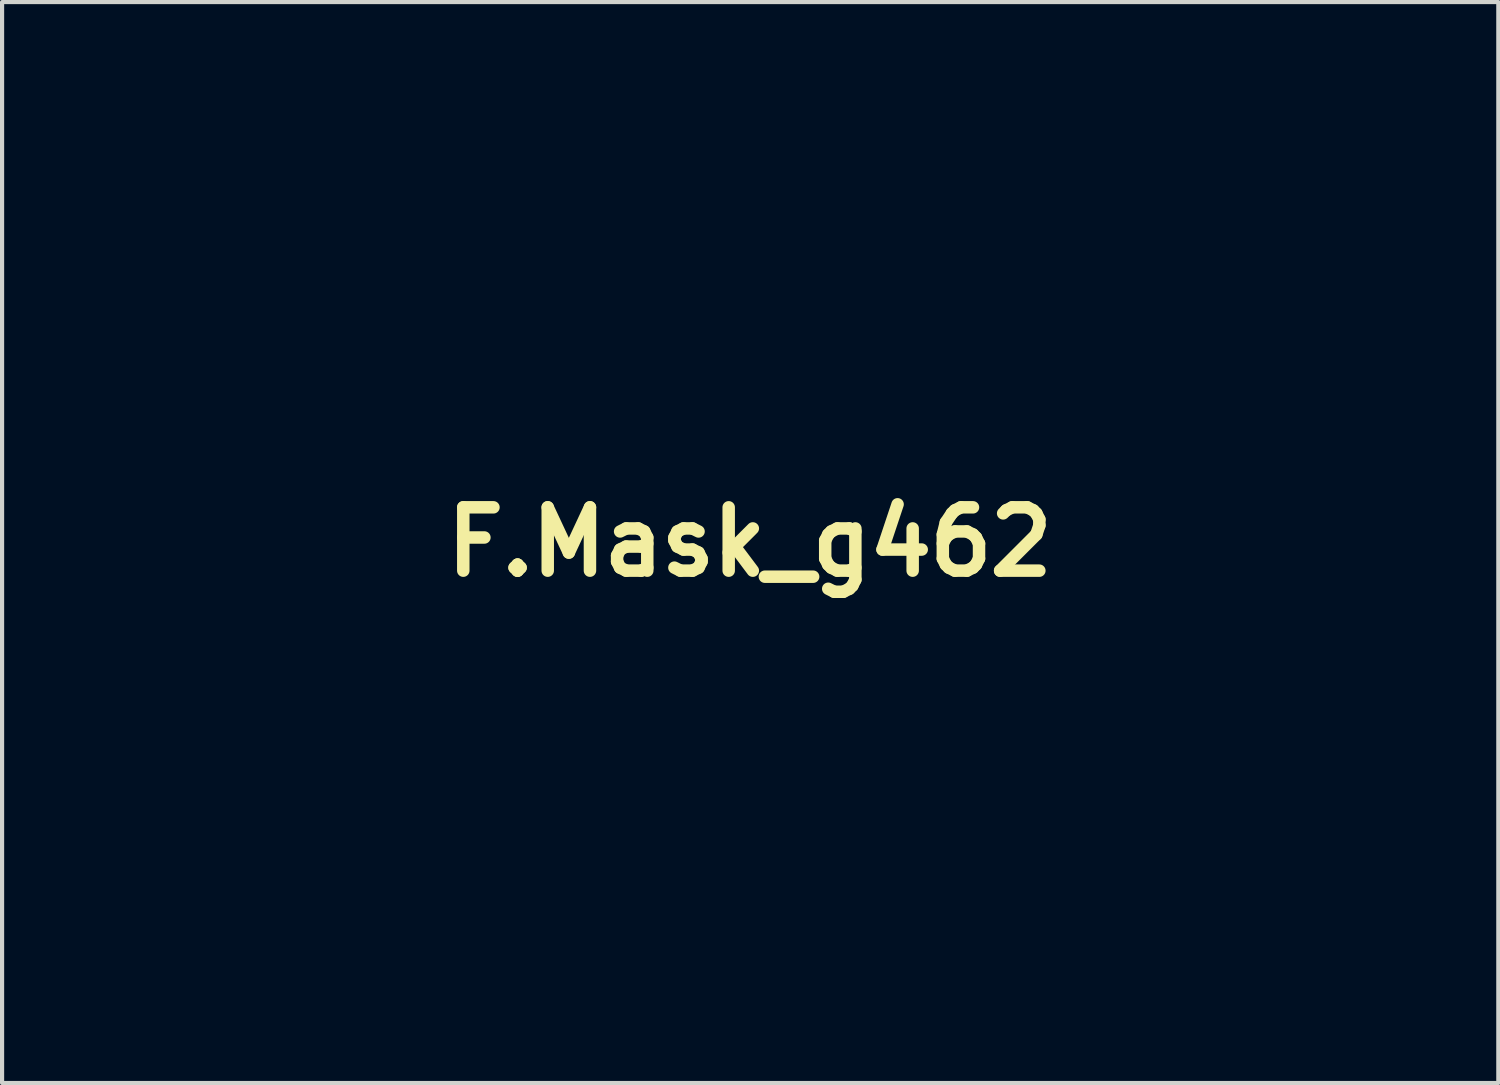
<source format=kicad_pcb>
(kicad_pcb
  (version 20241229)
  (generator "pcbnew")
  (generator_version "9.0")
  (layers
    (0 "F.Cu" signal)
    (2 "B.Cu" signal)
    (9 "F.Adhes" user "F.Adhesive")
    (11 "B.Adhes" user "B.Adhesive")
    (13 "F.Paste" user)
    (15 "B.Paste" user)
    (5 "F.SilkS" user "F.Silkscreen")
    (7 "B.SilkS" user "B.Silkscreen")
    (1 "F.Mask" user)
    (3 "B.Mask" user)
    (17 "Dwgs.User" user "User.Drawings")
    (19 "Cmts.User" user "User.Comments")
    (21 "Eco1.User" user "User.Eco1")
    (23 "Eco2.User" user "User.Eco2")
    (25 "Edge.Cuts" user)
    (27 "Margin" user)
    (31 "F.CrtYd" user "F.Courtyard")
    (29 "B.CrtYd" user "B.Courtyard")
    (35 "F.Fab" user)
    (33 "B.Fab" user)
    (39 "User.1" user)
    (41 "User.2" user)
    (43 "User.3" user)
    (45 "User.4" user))
  (footprint "F.Mask_g462"
    (layer "F.Cu")
    (at 14.992 9.992)
    (property "Reference" "F.Mask_g462" (at 0 0 0) (layer "F.SilkS") (effects (font (size 1.524 1.524) (thickness 0.3))))
    (attr through_hole)
    (fp_poly (pts (xy 9.019 0.537) (xy 9.056 0.563) (xy 9.083 0.613) (xy 9.1 0.69) (xy 9.109 0.8) (xy 9.111 0.942) (xy 9.109 1.092) (xy 9.098 1.202) (xy 9.076 1.274) (xy 9.04 1.31) (xy 8.987 1.313) (xy 8.915 1.285) (xy 8.82 1.227) (xy 8.772 1.195) (xy 8.689 1.138) (xy 8.609 1.085) (xy 8.545 1.046) (xy 8.525 1.035) (xy 8.468 0.996) (xy 8.445 0.952) (xy 8.457 0.898) (xy 8.504 0.831) (xy 8.558 0.774) (xy 8.654 0.688) (xy 8.756 0.615) (xy 8.853 0.562) (xy 8.937 0.533) (xy 8.969 0.529) (xy 9.019 0.537)) (stroke (width 0.01) (type solid)) (fill yes) (layer "F.Mask"))
    (fp_poly (pts (xy 14.939 -3.905) (xy 14.967 -3.857) (xy 14.972 -3.842) (xy 14.977 -3.807) (xy 14.981 -3.736) (xy 14.986 -3.633) (xy 14.99 -3.504) (xy 14.994 -3.355) (xy 14.997 -3.192) (xy 15 -3.02) (xy 15.002 -2.843) (xy 15.004 -2.669) (xy 15.005 -2.502) (xy 15.005 -2.349) (xy 15.005 -2.213) (xy 15.003 -2.102) (xy 15.001 -2.02) (xy 14.997 -1.974) (xy 14.977 -1.909) (xy 14.944 -1.883) (xy 14.901 -1.897) (xy 14.873 -1.923) (xy 14.853 -1.966) (xy 14.836 -2.046) (xy 14.823 -2.158) (xy 14.812 -2.295) (xy 14.804 -2.452) (xy 14.799 -2.624) (xy 14.798 -2.805) (xy 14.799 -2.99) (xy 14.804 -3.173) (xy 14.812 -3.349) (xy 14.823 -3.512) (xy 14.837 -3.656) (xy 14.855 -3.777) (xy 14.86 -3.806) (xy 14.883 -3.878) (xy 14.91 -3.911) (xy 14.939 -3.905)) (stroke (width 0.01) (type solid)) (fill yes) (layer "F.Mask"))
    (fp_poly (pts (xy 3.107 2.648) (xy 3.174 2.678) (xy 3.22 2.7) (xy 3.338 2.761) (xy 3.467 2.83) (xy 3.6 2.904) (xy 3.728 2.977) (xy 3.843 3.044) (xy 3.937 3.102) (xy 4.002 3.145) (xy 4.005 3.147) (xy 4.079 3.205) (xy 4.132 3.259) (xy 4.168 3.319) (xy 4.193 3.396) (xy 4.212 3.497) (xy 4.224 3.595) (xy 4.237 3.705) (xy 4.253 3.812) (xy 4.267 3.902) (xy 4.277 3.951) (xy 4.292 4.043) (xy 4.285 4.102) (xy 4.258 4.126) (xy 4.25 4.127) (xy 4.217 4.119) (xy 4.159 4.099) (xy 4.103 4.077) (xy 4.022 4.04) (xy 3.918 3.984) (xy 3.797 3.916) (xy 3.669 3.84) (xy 3.54 3.761) (xy 3.42 3.684) (xy 3.316 3.613) (xy 3.236 3.555) (xy 3.203 3.527) (xy 3.134 3.458) (xy 3.091 3.397) (xy 3.063 3.327) (xy 3.06 3.316) (xy 3.037 3.208) (xy 3.021 3.088) (xy 3.013 2.963) (xy 3.013 2.846) (xy 3.021 2.745) (xy 3.036 2.671) (xy 3.047 2.648) (xy 3.066 2.639) (xy 3.107 2.648)) (stroke (width 0.01) (type solid)) (fill yes) (layer "F.Mask"))
    (fp_poly (pts (xy 8.19 1.151) (xy 8.292 1.19) (xy 8.42 1.259) (xy 8.577 1.357) (xy 8.606 1.377) (xy 8.755 1.478) (xy 8.87 1.563) (xy 8.957 1.636) (xy 9.02 1.704) (xy 9.061 1.77) (xy 9.086 1.841) (xy 9.098 1.92) (xy 9.102 2.014) (xy 9.102 2.016) (xy 9.096 2.187) (xy 9.076 2.325) (xy 9.04 2.435) (xy 8.984 2.526) (xy 8.906 2.605) (xy 8.835 2.657) (xy 8.79 2.684) (xy 8.718 2.727) (xy 8.624 2.781) (xy 8.513 2.843) (xy 8.392 2.911) (xy 8.265 2.981) (xy 8.139 3.05) (xy 8.019 3.116) (xy 7.91 3.175) (xy 7.819 3.223) (xy 7.75 3.259) (xy 7.71 3.278) (xy 7.702 3.281) (xy 7.681 3.271) (xy 7.628 3.243) (xy 7.548 3.2) (xy 7.447 3.145) (xy 7.329 3.08) (xy 7.23 3.025) (xy 7.103 2.955) (xy 6.99 2.893) (xy 6.894 2.842) (xy 6.821 2.803) (xy 6.776 2.781) (xy 6.764 2.776) (xy 6.753 2.796) (xy 6.726 2.849) (xy 6.685 2.929) (xy 6.634 3.03) (xy 6.574 3.148) (xy 6.533 3.228) (xy 6.424 3.442) (xy 6.329 3.623) (xy 6.243 3.774) (xy 6.164 3.901) (xy 6.088 4.008) (xy 6.011 4.1) (xy 5.928 4.18) (xy 5.837 4.255) (xy 5.733 4.329) (xy 5.613 4.405) (xy 5.533 4.454) (xy 5.411 4.528) (xy 5.266 4.618) (xy 5.111 4.715) (xy 4.958 4.812) (xy 4.837 4.891) (xy 4.672 4.997) (xy 4.538 5.081) (xy 4.434 5.144) (xy 4.354 5.188) (xy 4.298 5.215) (xy 4.26 5.227) (xy 4.25 5.228) (xy 4.216 5.218) (xy 4.163 5.193) (xy 4.138 5.179) (xy 4.023 5.11) (xy 3.89 5.024) (xy 3.748 4.928) (xy 3.605 4.826) (xy 3.468 4.726) (xy 3.345 4.631) (xy 3.244 4.548) (xy 3.178 4.489) (xy 3.098 4.399) (xy 3.046 4.307) (xy 3.017 4.201) (xy 3.006 4.07) (xy 3.006 4.043) (xy 3.013 3.905) (xy 3.034 3.805) (xy 3.069 3.743) (xy 3.118 3.721) (xy 3.133 3.722) (xy 3.19 3.739) (xy 3.275 3.779) (xy 3.382 3.836) (xy 3.504 3.907) (xy 3.637 3.988) (xy 3.772 4.075) (xy 3.906 4.164) (xy 4.032 4.252) (xy 4.143 4.335) (xy 4.233 4.408) (xy 4.298 4.468) (xy 4.31 4.482) (xy 4.347 4.517) (xy 4.387 4.526) (xy 4.436 4.52) (xy 4.493 4.502) (xy 4.579 4.466) (xy 4.687 4.416) (xy 4.809 4.354) (xy 4.939 4.286) (xy 5.068 4.215) (xy 5.19 4.144) (xy 5.298 4.078) (xy 5.331 4.057) (xy 5.516 3.919) (xy 5.666 3.776) (xy 5.79 3.619) (xy 5.84 3.538) (xy 5.873 3.479) (xy 5.918 3.395) (xy 5.971 3.292) (xy 6.03 3.178) (xy 6.091 3.058) (xy 6.151 2.939) (xy 6.207 2.826) (xy 6.256 2.726) (xy 6.294 2.645) (xy 6.32 2.589) (xy 6.329 2.565) (xy 6.311 2.548) (xy 6.264 2.516) (xy 6.195 2.474) (xy 6.127 2.435) (xy 6.014 2.376) (xy 5.925 2.34) (xy 5.847 2.326) (xy 5.772 2.332) (xy 5.686 2.357) (xy 5.651 2.371) (xy 5.617 2.385) (xy 5.582 2.399) (xy 5.545 2.417) (xy 5.499 2.44) (xy 5.443 2.469) (xy 5.371 2.509) (xy 5.279 2.559) (xy 5.164 2.623) (xy 5.022 2.703) (xy 4.848 2.801) (xy 4.778 2.841) (xy 4.646 2.915) (xy 4.524 2.984) (xy 4.417 3.043) (xy 4.331 3.09) (xy 4.272 3.122) (xy 4.247 3.135) (xy 4.228 3.14) (xy 4.202 3.137) (xy 4.166 3.124) (xy 4.113 3.1) (xy 4.041 3.061) (xy 3.943 3.005) (xy 3.816 2.931) (xy 3.745 2.888) (xy 3.565 2.781) (xy 3.419 2.689) (xy 3.303 2.61) (xy 3.213 2.537) (xy 3.145 2.468) (xy 3.096 2.397) (xy 3.063 2.32) (xy 3.041 2.232) (xy 3.028 2.13) (xy 3.019 2.008) (xy 3.018 1.99) (xy 3.012 1.848) (xy 3.016 1.744) (xy 3.028 1.675) (xy 3.051 1.636) (xy 3.084 1.624) (xy 3.09 1.625) (xy 3.149 1.642) (xy 3.236 1.681) (xy 3.344 1.739) (xy 3.468 1.812) (xy 3.602 1.895) (xy 3.739 1.987) (xy 3.873 2.081) (xy 3.999 2.176) (xy 4.026 2.197) (xy 4.107 2.264) (xy 4.16 2.316) (xy 4.192 2.361) (xy 4.211 2.408) (xy 4.212 2.412) (xy 4.231 2.465) (xy 4.251 2.495) (xy 4.257 2.498) (xy 4.294 2.487) (xy 4.366 2.457) (xy 4.475 2.405) (xy 4.62 2.333) (xy 4.802 2.24) (xy 5.02 2.126) (xy 5.259 2.001) (xy 5.885 1.669) (xy 6.493 1.991) (xy 6.657 2.078) (xy 6.822 2.166) (xy 6.983 2.253) (xy 7.13 2.332) (xy 7.257 2.402) (xy 7.356 2.457) (xy 7.378 2.469) (xy 7.48 2.525) (xy 7.575 2.574) (xy 7.654 2.611) (xy 7.707 2.634) (xy 7.72 2.637) (xy 7.758 2.64) (xy 7.804 2.633) (xy 7.862 2.613) (xy 7.937 2.579) (xy 8.033 2.528) (xy 8.156 2.458) (xy 8.31 2.368) (xy 8.314 2.366) (xy 8.616 2.187) (xy 8.454 2.053) (xy 8.313 1.932) (xy 8.205 1.829) (xy 8.125 1.737) (xy 8.068 1.649) (xy 8.032 1.562) (xy 8.012 1.468) (xy 8.006 1.406) (xy 8.005 1.295) (xy 8.021 1.214) (xy 8.056 1.163) (xy 8.112 1.142) (xy 8.19 1.151)) (stroke (width 0.01) (type solid)) (fill yes) (layer "F.Mask"))
    (fp_poly (pts (xy 13.624 -9.975) (xy 13.681 -9.945) (xy 13.767 -9.898) (xy 13.876 -9.837) (xy 14.004 -9.765) (xy 14.148 -9.683) (xy 14.295 -9.599) (xy 14.959 -9.218) (xy 14.972 -8.625) (xy 14.978 -8.37) (xy 14.982 -8.1) (xy 14.987 -7.82) (xy 14.991 -7.533) (xy 14.994 -7.243) (xy 14.997 -6.954) (xy 14.999 -6.669) (xy 15 -6.393) (xy 15.001 -6.128) (xy 15.001 -5.88) (xy 15.001 -5.65) (xy 15 -5.443) (xy 14.998 -5.264) (xy 14.996 -5.114) (xy 14.992 -4.999) (xy 14.989 -4.922) (xy 14.988 -4.911) (xy 14.976 -4.786) (xy 14.963 -4.685) (xy 14.947 -4.599) (xy 14.924 -4.519) (xy 14.892 -4.434) (xy 14.847 -4.334) (xy 14.787 -4.211) (xy 14.761 -4.159) (xy 14.701 -4.037) (xy 14.653 -3.931) (xy 14.614 -3.836) (xy 14.585 -3.745) (xy 14.564 -3.652) (xy 14.549 -3.549) (xy 14.54 -3.43) (xy 14.535 -3.288) (xy 14.532 -3.117) (xy 14.532 -2.921) (xy 14.532 -2.718) (xy 14.534 -2.551) (xy 14.539 -2.412) (xy 14.548 -2.295) (xy 14.565 -2.193) (xy 14.589 -2.098) (xy 14.623 -2.005) (xy 14.669 -1.906) (xy 14.728 -1.795) (xy 14.801 -1.664) (xy 14.859 -1.563) (xy 14.929 -1.437) (xy 14.976 -1.34) (xy 15 -1.274) (xy 15.003 -1.25) (xy 14.978 -1.199) (xy 14.917 -1.138) (xy 14.891 -1.117) (xy 14.816 -1.067) (xy 14.716 -1.008) (xy 14.601 -0.947) (xy 14.482 -0.887) (xy 14.37 -0.835) (xy 14.275 -0.797) (xy 14.22 -0.779) (xy 14.165 -0.767) (xy 14.119 -0.766) (xy 14.066 -0.778) (xy 13.993 -0.805) (xy 13.973 -0.812) (xy 13.865 -0.86) (xy 13.733 -0.928) (xy 13.585 -1.01) (xy 13.432 -1.1) (xy 13.283 -1.195) (xy 13.147 -1.286) (xy 13.14 -1.291) (xy 13.034 -1.371) (xy 12.927 -1.459) (xy 12.816 -1.56) (xy 12.699 -1.676) (xy 12.575 -1.809) (xy 12.44 -1.962) (xy 12.292 -2.138) (xy 12.129 -2.339) (xy 11.948 -2.568) (xy 11.748 -2.827) (xy 11.598 -3.023) (xy 11.493 -3.16) (xy 11.406 -3.269) (xy 11.339 -3.35) (xy 11.293 -3.4) (xy 11.27 -3.417) (xy 11.267 -3.415) (xy 11.266 -3.389) (xy 11.264 -3.323) (xy 11.262 -3.221) (xy 11.258 -3.085) (xy 11.255 -2.918) (xy 11.25 -2.722) (xy 11.246 -2.501) (xy 11.24 -2.257) (xy 11.235 -1.994) (xy 11.229 -1.713) (xy 11.223 -1.418) (xy 11.217 -1.122) (xy 11.21 -0.816) (xy 11.204 -0.523) (xy 11.198 -0.244) (xy 11.192 0.017) (xy 11.186 0.258) (xy 11.18 0.476) (xy 11.175 0.668) (xy 11.17 0.832) (xy 11.166 0.965) (xy 11.163 1.063) (xy 11.16 1.125) (xy 11.157 1.147) (xy 11.136 1.161) (xy 11.083 1.193) (xy 11.005 1.24) (xy 10.907 1.298) (xy 10.794 1.363) (xy 10.753 1.387) (xy 10.361 1.614) (xy 10.128 1.492) (xy 9.915 1.377) (xy 9.739 1.276) (xy 9.598 1.186) (xy 9.49 1.107) (xy 9.412 1.036) (xy 9.364 0.972) (xy 9.342 0.916) (xy 9.341 0.862) (xy 9.366 0.834) (xy 9.42 0.831) (xy 9.495 0.847) (xy 9.551 0.869) (xy 9.636 0.909) (xy 9.742 0.964) (xy 9.862 1.029) (xy 9.988 1.101) (xy 10.114 1.176) (xy 10.134 1.189) (xy 10.202 1.231) (xy 10.201 -2.459) (xy 10.2 -6.149) (xy 9.953 -6.308) (xy 9.849 -6.376) (xy 9.745 -6.448) (xy 9.653 -6.514) (xy 9.586 -6.566) (xy 9.583 -6.569) (xy 9.485 -6.643) (xy 9.394 -6.698) (xy 9.318 -6.731) (xy 9.261 -6.739) (xy 9.239 -6.731) (xy 9.218 -6.702) (xy 9.2 -6.65) (xy 9.185 -6.57) (xy 9.171 -6.461) (xy 9.159 -6.317) (xy 9.147 -6.136) (xy 9.144 -6.077) (xy 9.14 -5.982) (xy 9.136 -5.848) (xy 9.132 -5.678) (xy 9.127 -5.477) (xy 9.123 -5.247) (xy 9.119 -4.992) (xy 9.114 -4.716) (xy 9.11 -4.422) (xy 9.106 -4.113) (xy 9.102 -3.794) (xy 9.098 -3.467) (xy 9.095 -3.135) (xy 9.091 -2.803) (xy 9.089 -2.475) (xy 9.086 -2.152) (xy 9.084 -1.839) (xy 9.082 -1.54) (xy 9.081 -1.258) (xy 9.081 -0.995) (xy 9.081 -0.961) (xy 9.081 -0.751) (xy 9.08 -0.552) (xy 9.078 -0.368) (xy 9.077 -0.202) (xy 9.075 -0.061) (xy 9.072 0.052) (xy 9.07 0.132) (xy 9.067 0.175) (xy 9.067 0.176) (xy 9.054 0.273) (xy 8.617 0.51) (xy 8.399 0.629) (xy 8.215 0.734) (xy 8.06 0.827) (xy 7.931 0.913) (xy 7.822 0.995) (xy 7.73 1.076) (xy 7.649 1.16) (xy 7.577 1.25) (xy 7.507 1.35) (xy 7.437 1.464) (xy 7.43 1.477) (xy 7.335 1.636) (xy 7.258 1.763) (xy 7.193 1.864) (xy 7.138 1.942) (xy 7.09 2.004) (xy 7.046 2.053) (xy 6.978 2.112) (xy 6.916 2.135) (xy 6.849 2.124) (xy 6.82 2.112) (xy 6.772 2.066) (xy 6.751 1.991) (xy 6.757 1.889) (xy 6.791 1.763) (xy 6.851 1.615) (xy 6.885 1.545) (xy 6.993 1.336) (xy 7.083 1.161) (xy 7.157 1.018) (xy 7.218 0.903) (xy 7.267 0.812) (xy 7.305 0.744) (xy 7.335 0.693) (xy 7.359 0.658) (xy 7.377 0.635) (xy 7.38 0.632) (xy 7.408 0.605) (xy 7.447 0.573) (xy 7.501 0.533) (xy 7.574 0.482) (xy 7.67 0.417) (xy 7.793 0.336) (xy 7.947 0.235) (xy 7.99 0.207) (xy 8.139 0.109) (xy 8.251 0.029) (xy 8.33 -0.034) (xy 8.377 -0.082) (xy 8.393 -0.115) (xy 8.387 -0.131) (xy 8.376 -0.137) (xy 8.36 -0.137) (xy 8.333 -0.13) (xy 8.294 -0.115) (xy 8.239 -0.088) (xy 8.164 -0.049) (xy 8.067 0.004) (xy 7.943 0.073) (xy 7.791 0.159) (xy 7.605 0.264) (xy 7.556 0.291) (xy 7.31 0.432) (xy 7.057 0.577) (xy 6.8 0.725) (xy 6.542 0.875) (xy 6.288 1.023) (xy 6.04 1.168) (xy 5.802 1.308) (xy 5.578 1.441) (xy 5.37 1.564) (xy 5.183 1.677) (xy 5.019 1.776) (xy 4.882 1.86) (xy 4.775 1.927) (xy 4.71 1.97) (xy 4.624 2.025) (xy 4.545 2.066) (xy 4.468 2.094) (xy 4.39 2.106) (xy 4.307 2.102) (xy 4.215 2.08) (xy 4.11 2.04) (xy 3.989 1.98) (xy 3.846 1.899) (xy 3.68 1.796) (xy 3.484 1.671) (xy 3.361 1.59) (xy 2.905 1.29) (xy 2.902 1.094) (xy 3.107 1.094) (xy 3.45 1.311) (xy 3.63 1.423) (xy 3.785 1.517) (xy 3.913 1.592) (xy 4.012 1.645) (xy 4.08 1.677) (xy 4.115 1.686) (xy 4.117 1.686) (xy 4.13 1.663) (xy 4.144 1.61) (xy 4.155 1.544) (xy 4.157 1.503) (xy 4.16 1.423) (xy 4.162 1.308) (xy 4.165 1.159) (xy 4.168 0.981) (xy 4.171 0.776) (xy 4.173 0.548) (xy 4.176 0.299) (xy 4.177 0.137) (xy 5.254 0.137) (xy 5.278 0.238) (xy 5.301 0.288) (xy 5.319 0.315) (xy 5.323 0.318) (xy 5.347 0.309) (xy 5.397 0.285) (xy 5.464 0.253) (xy 5.467 0.251) (xy 5.546 0.21) (xy 5.657 0.15) (xy 5.794 0.074) (xy 5.954 -0.014) (xy 6.13 -0.113) (xy 6.317 -0.22) (xy 6.512 -0.33) (xy 6.709 -0.443) (xy 6.903 -0.554) (xy 7.088 -0.661) (xy 7.262 -0.762) (xy 7.417 -0.853) (xy 7.55 -0.932) (xy 7.655 -0.995) (xy 7.715 -1.033) (xy 7.876 -1.141) (xy 8.003 -1.238) (xy 8.096 -1.321) (xy 8.15 -1.387) (xy 8.176 -1.44) (xy 8.189 -1.494) (xy 8.189 -1.569) (xy 8.188 -1.598) (xy 8.171 -1.708) (xy 8.136 -1.782) (xy 8.084 -1.817) (xy 8.058 -1.82) (xy 7.995 -1.803) (xy 7.955 -1.75) (xy 7.938 -1.662) (xy 7.938 -1.637) (xy 7.935 -1.57) (xy 7.922 -1.522) (xy 7.892 -1.476) (xy 7.848 -1.425) (xy 7.815 -1.392) (xy 7.779 -1.358) (xy 7.735 -1.322) (xy 7.681 -1.281) (xy 7.614 -1.234) (xy 7.529 -1.177) (xy 7.424 -1.109) (xy 7.295 -1.028) (xy 7.138 -0.931) (xy 6.951 -0.816) (xy 6.805 -0.726) (xy 6.538 -0.563) (xy 6.305 -0.421) (xy 6.105 -0.301) (xy 5.937 -0.2) (xy 5.8 -0.119) (xy 5.691 -0.057) (xy 5.611 -0.013) (xy 5.561 0.013) (xy 5.509 0.035) (xy 5.479 0.039) (xy 5.454 0.023) (xy 5.445 0.015) (xy 5.423 -0.024) (xy 5.408 -0.094) (xy 5.398 -0.193) (xy 5.387 -0.364) (xy 5.326 -0.24) (xy 5.279 -0.116) (xy 5.255 0.014) (xy 5.254 0.137) (xy 4.177 0.137) (xy 4.178 0.034) (xy 4.18 -0.246) (xy 4.182 -0.536) (xy 4.183 -0.624) (xy 4.189 -1.667) (xy 5.224 -1.667) (xy 5.233 -1.561) (xy 5.262 -1.479) (xy 5.3 -1.433) (xy 5.346 -1.424) (xy 5.411 -1.436) (xy 5.481 -1.468) (xy 5.508 -1.485) (xy 5.557 -1.53) (xy 5.61 -1.594) (xy 5.633 -1.627) (xy 5.681 -1.739) (xy 5.695 -1.865) (xy 5.675 -1.989) (xy 5.663 -2.022) (xy 5.636 -2.072) (xy 5.602 -2.093) (xy 5.566 -2.095) (xy 5.466 -2.076) (xy 5.377 -2.02) (xy 5.304 -1.936) (xy 5.252 -1.83) (xy 5.226 -1.708) (xy 5.224 -1.667) (xy 4.189 -1.667) (xy 4.195 -2.656) (xy 3.838 -2.881) (xy 3.724 -2.953) (xy 3.618 -3.019) (xy 3.527 -3.074) (xy 3.457 -3.116) (xy 3.416 -3.14) (xy 3.414 -3.141) (xy 3.327 -3.171) (xy 3.257 -3.167) (xy 3.208 -3.127) (xy 3.208 -3.127) (xy 3.196 -3.106) (xy 3.184 -3.08) (xy 3.174 -3.047) (xy 3.165 -3.005) (xy 3.158 -2.952) (xy 3.151 -2.884) (xy 3.145 -2.799) (xy 3.14 -2.695) (xy 3.136 -2.569) (xy 3.133 -2.419) (xy 3.13 -2.241) (xy 3.127 -2.034) (xy 3.124 -1.795) (xy 3.122 -1.521) (xy 3.12 -1.209) (xy 3.118 -0.866) (xy 3.107 1.094) (xy 2.902 1.094) (xy 2.893 0.333) (xy 2.889 0.073) (xy 2.885 -0.148) (xy 2.881 -0.331) (xy 2.876 -0.482) (xy 2.87 -0.602) (xy 2.862 -0.694) (xy 2.854 -0.762) (xy 2.844 -0.807) (xy 2.833 -0.834) (xy 2.828 -0.84) (xy 2.81 -0.841) (xy 2.77 -0.828) (xy 2.705 -0.798) (xy 2.611 -0.751) (xy 2.487 -0.685) (xy 2.339 -0.604) (xy 2.224 -0.543) (xy 2.14 -0.506) (xy 2.081 -0.49) (xy 2.044 -0.495) (xy 2.024 -0.52) (xy 2.024 -0.52) (xy 2.013 -0.565) (xy 2.017 -0.615) (xy 2.039 -0.68) (xy 2.072 -0.751) (xy 2.147 -0.881) (xy 2.245 -1) (xy 2.372 -1.115) (xy 2.499 -1.209) (xy 2.611 -1.29) (xy 2.689 -1.36) (xy 2.74 -1.427) (xy 2.768 -1.499) (xy 2.778 -1.582) (xy 2.778 -1.613) (xy 2.77 -1.741) (xy 2.745 -1.848) (xy 2.699 -1.941) (xy 2.627 -2.027) (xy 2.525 -2.111) (xy 2.388 -2.2) (xy 2.35 -2.223) (xy 2.251 -2.285) (xy 2.15 -2.355) (xy 2.063 -2.423) (xy 2.029 -2.452) (xy 1.965 -2.513) (xy 1.928 -2.556) (xy 1.91 -2.594) (xy 1.905 -2.637) (xy 1.905 -2.649) (xy 1.918 -2.718) (xy 1.959 -2.756) (xy 2.027 -2.763) (xy 2.123 -2.74) (xy 2.247 -2.685) (xy 2.361 -2.622) (xy 2.472 -2.559) (xy 2.579 -2.501) (xy 2.675 -2.452) (xy 2.754 -2.415) (xy 2.807 -2.395) (xy 2.823 -2.392) (xy 2.856 -2.409) (xy 2.871 -2.429) (xy 2.876 -2.459) (xy 2.88 -2.526) (xy 2.884 -2.623) (xy 2.888 -2.745) (xy 2.89 -2.885) (xy 2.892 -3.037) (xy 2.895 -3.609) (xy 2.951 -3.66) (xy 3.396 -3.66) (xy 3.4 -3.628) (xy 3.438 -3.579) (xy 3.507 -3.516) (xy 3.581 -3.458) (xy 3.633 -3.423) (xy 3.708 -3.374) (xy 3.801 -3.318) (xy 3.903 -3.256) (xy 4.009 -3.193) (xy 4.112 -3.134) (xy 4.204 -3.081) (xy 4.28 -3.04) (xy 4.332 -3.014) (xy 4.353 -3.006) (xy 4.379 -3.016) (xy 4.434 -3.045) (xy 4.448 -3.053) (xy 7.521 -3.053) (xy 7.525 -2.924) (xy 7.536 -2.873) (xy 7.559 -2.82) (xy 7.593 -2.797) (xy 7.645 -2.802) (xy 7.72 -2.835) (xy 7.76 -2.857) (xy 7.903 -2.957) (xy 8.007 -3.071) (xy 8.07 -3.2) (xy 8.094 -3.342) (xy 8.094 -3.349) (xy 8.091 -3.419) (xy 8.083 -3.472) (xy 8.074 -3.492) (xy 8.044 -3.494) (xy 7.988 -3.478) (xy 7.915 -3.447) (xy 7.833 -3.407) (xy 7.753 -3.36) (xy 7.683 -3.313) (xy 7.635 -3.273) (xy 7.558 -3.169) (xy 7.521 -3.053) (xy 4.448 -3.053) (xy 4.508 -3.087) (xy 4.595 -3.139) (xy 4.596 -3.14) (xy 4.669 -3.184) (xy 4.773 -3.246) (xy 4.9 -3.321) (xy 5.044 -3.406) (xy 5.199 -3.496) (xy 5.358 -3.589) (xy 5.429 -3.63) (xy 5.701 -3.788) (xy 5.942 -3.928) (xy 6.158 -4.055) (xy 6.355 -4.172) (xy 6.54 -4.282) (xy 6.718 -4.39) (xy 6.895 -4.498) (xy 7.078 -4.611) (xy 7.197 -4.685) (xy 7.367 -4.792) (xy 7.539 -4.901) (xy 7.708 -5.009) (xy 7.869 -5.115) (xy 8.019 -5.214) (xy 8.154 -5.304) (xy 8.269 -5.383) (xy 8.36 -5.448) (xy 8.423 -5.495) (xy 8.453 -5.521) (xy 8.471 -5.544) (xy 8.474 -5.564) (xy 8.454 -5.589) (xy 8.409 -5.627) (xy 8.374 -5.655) (xy 8.319 -5.695) (xy 8.242 -5.747) (xy 8.149 -5.808) (xy 8.046 -5.873) (xy 7.941 -5.938) (xy 7.84 -5.999) (xy 7.75 -6.053) (xy 7.677 -6.094) (xy 7.628 -6.119) (xy 7.612 -6.124) (xy 7.589 -6.114) (xy 7.533 -6.083) (xy 7.445 -6.035) (xy 7.328 -5.969) (xy 7.184 -5.887) (xy 7.017 -5.792) (xy 6.827 -5.684) (xy 6.619 -5.564) (xy 6.395 -5.435) (xy 6.156 -5.297) (xy 5.906 -5.153) (xy 5.647 -5.003) (xy 5.382 -4.848) (xy 5.113 -4.692) (xy 5.006 -4.629) (xy 4.788 -4.502) (xy 4.575 -4.377) (xy 4.371 -4.256) (xy 4.177 -4.141) (xy 3.998 -4.034) (xy 3.837 -3.937) (xy 3.695 -3.851) (xy 3.578 -3.779) (xy 3.487 -3.722) (xy 3.426 -3.682) (xy 3.398 -3.662) (xy 3.396 -3.66) (xy 2.951 -3.66) (xy 3.022 -3.725) (xy 3.077 -3.774) (xy 3.143 -3.825) (xy 3.221 -3.882) (xy 3.316 -3.947) (xy 3.433 -4.022) (xy 3.573 -4.109) (xy 3.741 -4.211) (xy 3.941 -4.331) (xy 4.032 -4.385) (xy 4.19 -4.48) (xy 4.363 -4.586) (xy 4.539 -4.696) (xy 4.707 -4.802) (xy 4.854 -4.898) (xy 4.889 -4.921) (xy 5.076 -5.043) (xy 5.276 -5.17) (xy 5.486 -5.301) (xy 5.704 -5.433) (xy 5.925 -5.566) (xy 6.146 -5.696) (xy 6.364 -5.822) (xy 6.575 -5.942) (xy 6.777 -6.055) (xy 6.965 -6.157) (xy 7.137 -6.248) (xy 7.288 -6.326) (xy 7.417 -6.388) (xy 7.518 -6.432) (xy 7.589 -6.458) (xy 7.619 -6.463) (xy 7.683 -6.45) (xy 7.781 -6.413) (xy 7.911 -6.349) (xy 8.075 -6.261) (xy 8.265 -6.151) (xy 8.412 -6.065) (xy 8.527 -5.998) (xy 8.613 -5.949) (xy 8.674 -5.915) (xy 8.715 -5.895) (xy 8.739 -5.886) (xy 8.75 -5.886) (xy 8.751 -5.886) (xy 8.761 -5.916) (xy 8.771 -5.982) (xy 8.783 -6.082) (xy 8.794 -6.21) (xy 8.806 -6.362) (xy 8.817 -6.532) (xy 8.827 -6.717) (xy 8.827 -6.72) (xy 8.835 -6.857) (xy 8.842 -6.978) (xy 8.85 -7.079) (xy 8.854 -7.12) (xy 9.226 -7.12) (xy 9.539 -6.928) (xy 9.76 -6.796) (xy 9.949 -6.692) (xy 10.108 -6.613) (xy 10.238 -6.559) (xy 10.341 -6.531) (xy 10.417 -6.526) (xy 10.43 -6.528) (xy 10.466 -6.533) (xy 10.497 -6.53) (xy 10.522 -6.516) (xy 10.544 -6.486) (xy 10.563 -6.438) (xy 10.579 -6.368) (xy 10.593 -6.273) (xy 10.606 -6.15) (xy 10.618 -5.995) (xy 10.631 -5.804) (xy 10.645 -5.576) (xy 10.647 -5.541) (xy 10.66 -5.349) (xy 10.676 -5.191) (xy 10.698 -5.058) (xy 10.728 -4.942) (xy 10.769 -4.835) (xy 10.824 -4.727) (xy 10.895 -4.611) (xy 10.986 -4.479) (xy 10.999 -4.46) (xy 11.062 -4.369) (xy 11.122 -4.278) (xy 11.169 -4.199) (xy 11.191 -4.159) (xy 11.228 -4.09) (xy 11.278 -4.008) (xy 11.342 -3.91) (xy 11.423 -3.792) (xy 11.522 -3.652) (xy 11.641 -3.487) (xy 11.783 -3.294) (xy 11.927 -3.101) (xy 12.092 -2.879) (xy 12.233 -2.688) (xy 12.352 -2.525) (xy 12.452 -2.387) (xy 12.533 -2.272) (xy 12.598 -2.177) (xy 12.65 -2.099) (xy 12.688 -2.035) (xy 12.71 -1.997) (xy 12.756 -1.927) (xy 12.823 -1.852) (xy 12.915 -1.769) (xy 13.038 -1.673) (xy 13.141 -1.598) (xy 13.197 -1.56) (xy 13.268 -1.516) (xy 13.346 -1.47) (xy 13.419 -1.427) (xy 13.48 -1.395) (xy 13.517 -1.378) (xy 13.522 -1.376) (xy 13.517 -1.393) (xy 13.495 -1.435) (xy 13.471 -1.476) (xy 13.444 -1.522) (xy 13.409 -1.576) (xy 13.366 -1.642) (xy 13.312 -1.72) (xy 13.246 -1.814) (xy 13.167 -1.925) (xy 13.073 -2.055) (xy 12.963 -2.206) (xy 12.836 -2.38) (xy 12.689 -2.579) (xy 12.522 -2.806) (xy 12.333 -3.061) (xy 12.12 -3.348) (xy 12.044 -3.45) (xy 11.882 -3.668) (xy 11.725 -3.88) (xy 11.576 -4.081) (xy 11.436 -4.27) (xy 11.307 -4.444) (xy 11.293 -4.462) (xy 12.912 -4.462) (xy 13.117 -4.194) (xy 13.192 -4.096) (xy 13.286 -3.974) (xy 13.392 -3.837) (xy 13.501 -3.696) (xy 13.608 -3.558) (xy 13.641 -3.515) (xy 13.959 -3.104) (xy 13.974 -3.198) (xy 13.976 -3.23) (xy 13.977 -3.303) (xy 13.979 -3.412) (xy 13.981 -3.556) (xy 13.982 -3.731) (xy 13.984 -3.936) (xy 13.985 -4.166) (xy 13.986 -4.42) (xy 13.987 -4.695) (xy 13.988 -4.988) (xy 13.989 -5.297) (xy 13.989 -5.619) (xy 13.99 -5.895) (xy 13.991 -8.499) (xy 13.615 -8.704) (xy 13.429 -8.805) (xy 13.277 -8.885) (xy 13.157 -8.948) (xy 13.067 -8.992) (xy 13.006 -9.019) (xy 12.971 -9.031) (xy 12.961 -9.031) (xy 12.957 -9.006) (xy 12.952 -8.942) (xy 12.948 -8.843) (xy 12.944 -8.71) (xy 12.94 -8.549) (xy 12.936 -8.361) (xy 12.932 -8.151) (xy 12.928 -7.921) (xy 12.925 -7.675) (xy 12.922 -7.415) (xy 12.919 -7.146) (xy 12.917 -6.87) (xy 12.915 -6.591) (xy 12.913 -6.312) (xy 12.913 -6.036) (xy 12.912 -5.909) (xy 12.912 -4.462) (xy 11.293 -4.462) (xy 11.192 -4.599) (xy 11.093 -4.732) (xy 11.012 -4.842) (xy 10.951 -4.924) (xy 10.913 -4.977) (xy 10.905 -4.988) (xy 10.795 -5.139) (xy 10.795 -5.972) (xy 10.794 -6.805) (xy 10.387 -7.02) (xy 10.217 -7.109) (xy 10.078 -7.178) (xy 9.967 -7.23) (xy 9.878 -7.267) (xy 9.807 -7.289) (xy 9.75 -7.301) (xy 9.717 -7.303) (xy 9.658 -7.296) (xy 9.58 -7.273) (xy 9.478 -7.234) (xy 9.36 -7.181) (xy 9.226 -7.12) (xy 8.854 -7.12) (xy 8.857 -7.154) (xy 8.863 -7.194) (xy 8.865 -7.2) (xy 8.89 -7.217) (xy 8.946 -7.249) (xy 9.025 -7.294) (xy 9.122 -7.348) (xy 9.23 -7.407) (xy 9.343 -7.468) (xy 9.453 -7.527) (xy 9.556 -7.582) (xy 9.644 -7.628) (xy 9.711 -7.662) (xy 9.751 -7.681) (xy 9.759 -7.684) (xy 9.786 -7.673) (xy 9.843 -7.643) (xy 9.926 -7.598) (xy 10.027 -7.541) (xy 10.142 -7.474) (xy 10.266 -7.402) (xy 10.392 -7.327) (xy 10.515 -7.253) (xy 10.629 -7.183) (xy 10.729 -7.121) (xy 10.81 -7.069) (xy 10.858 -7.036) (xy 10.947 -6.969) (xy 11.033 -6.9) (xy 11.118 -6.825) (xy 11.204 -6.74) (xy 11.296 -6.643) (xy 11.395 -6.53) (xy 11.504 -6.399) (xy 11.626 -6.246) (xy 11.765 -6.067) (xy 11.921 -5.861) (xy 12.1 -5.623) (xy 12.111 -5.608) (xy 12.647 -4.889) (xy 12.661 -6.196) (xy 12.665 -6.469) (xy 12.668 -6.761) (xy 12.672 -7.065) (xy 12.675 -7.372) (xy 12.679 -7.673) (xy 12.683 -7.961) (xy 12.686 -8.225) (xy 12.69 -8.458) (xy 12.69 -8.522) (xy 12.704 -9.492) (xy 13.221 -9.492) (xy 13.222 -9.439) (xy 13.257 -9.374) (xy 13.322 -9.302) (xy 13.41 -9.226) (xy 13.516 -9.149) (xy 13.634 -9.076) (xy 13.761 -9.008) (xy 13.888 -8.95) (xy 14.013 -8.906) (xy 14.128 -8.878) (xy 14.216 -8.869) (xy 14.283 -8.872) (xy 14.333 -8.888) (xy 14.383 -8.922) (xy 14.417 -8.952) (xy 14.51 -9.034) (xy 14.436 -9.112) (xy 14.359 -9.182) (xy 14.258 -9.259) (xy 14.141 -9.338) (xy 14.014 -9.416) (xy 13.885 -9.488) (xy 13.761 -9.55) (xy 13.651 -9.599) (xy 13.56 -9.629) (xy 13.507 -9.637) (xy 13.439 -9.626) (xy 13.362 -9.598) (xy 13.291 -9.56) (xy 13.239 -9.518) (xy 13.221 -9.492) (xy 12.704 -9.492) (xy 12.705 -9.54) (xy 13.136 -9.767) (xy 13.26 -9.832) (xy 13.373 -9.889) (xy 13.47 -9.935) (xy 13.543 -9.968) (xy 13.588 -9.985) (xy 13.599 -9.987) (xy 13.624 -9.975)) (stroke (width 0.01) (type solid)) (fill yes) (layer "F.Mask"))
    (fp_poly (pts (xy 1.435 -7.853) (xy 1.513 -7.826) (xy 1.605 -7.785) (xy 1.716 -7.728) (xy 1.847 -7.655) (xy 2.002 -7.562) (xy 2.185 -7.449) (xy 2.398 -7.313) (xy 2.437 -7.288) (xy 2.818 -7.042) (xy 2.811 -6.551) (xy 2.809 -6.395) (xy 2.807 -6.275) (xy 2.804 -6.185) (xy 2.799 -6.12) (xy 2.793 -6.074) (xy 2.784 -6.041) (xy 2.772 -6.015) (xy 2.756 -5.989) (xy 2.752 -5.984) (xy 2.697 -5.925) (xy 2.609 -5.853) (xy 2.493 -5.773) (xy 2.354 -5.688) (xy 2.198 -5.602) (xy 2.185 -5.596) (xy 2.05 -5.532) (xy 1.935 -5.496) (xy 1.825 -5.484) (xy 1.709 -5.496) (xy 1.592 -5.525) (xy 1.508 -5.548) (xy 1.451 -5.56) (xy 1.404 -5.56) (xy 1.353 -5.551) (xy 1.301 -5.536) (xy 1.24 -5.514) (xy 1.151 -5.476) (xy 1.043 -5.426) (xy 0.925 -5.369) (xy 0.836 -5.323) (xy 0.683 -5.245) (xy 0.561 -5.186) (xy 0.463 -5.146) (xy 0.385 -5.121) (xy 0.32 -5.11) (xy 0.263 -5.112) (xy 0.217 -5.121) (xy 0.154 -5.149) (xy 0.081 -5.196) (xy 0.009 -5.254) (xy -0.05 -5.314) (xy -0.087 -5.366) (xy -0.091 -5.378) (xy -0.093 -5.4) (xy -0.086 -5.424) (xy -0.067 -5.453) (xy -0.036 -5.486) (xy 0.011 -5.526) (xy 0.075 -5.574) (xy 0.158 -5.632) (xy 0.262 -5.7) (xy 0.39 -5.78) (xy 0.543 -5.874) (xy 0.723 -5.982) (xy 0.933 -6.106) (xy 1.175 -6.248) (xy 1.45 -6.408) (xy 1.63 -6.513) (xy 1.778 -6.599) (xy 1.918 -6.681) (xy 2.046 -6.756) (xy 2.156 -6.821) (xy 2.242 -6.872) (xy 2.3 -6.906) (xy 2.314 -6.915) (xy 2.416 -6.978) (xy 2.176 -7.127) (xy 1.991 -7.24) (xy 1.837 -7.333) (xy 1.712 -7.405) (xy 1.611 -7.459) (xy 1.532 -7.498) (xy 1.47 -7.522) (xy 1.423 -7.533) (xy 1.402 -7.535) (xy 1.354 -7.524) (xy 1.274 -7.492) (xy 1.168 -7.441) (xy 1.038 -7.373) (xy 0.89 -7.29) (xy 0.777 -7.224) (xy 0.582 -7.107) (xy 0.381 -6.984) (xy 0.176 -6.856) (xy -0.029 -6.726) (xy -0.229 -6.597) (xy -0.422 -6.471) (xy -0.603 -6.35) (xy -0.77 -6.237) (xy -0.917 -6.134) (xy -1.043 -6.044) (xy -1.142 -5.969) (xy -1.212 -5.911) (xy -1.245 -5.879) (xy -1.252 -5.859) (xy -1.242 -5.833) (xy -1.211 -5.8) (xy -1.154 -5.756) (xy -1.069 -5.697) (xy -0.952 -5.621) (xy -0.91 -5.594) (xy -0.696 -5.462) (xy -0.491 -5.339) (xy -0.298 -5.23) (xy -0.121 -5.135) (xy 0.035 -5.056) (xy 0.168 -4.995) (xy 0.273 -4.955) (xy 0.346 -4.937) (xy 0.393 -4.935) (xy 0.434 -4.94) (xy 0.481 -4.958) (xy 0.544 -4.992) (xy 0.628 -5.042) (xy 0.718 -5.096) (xy 0.833 -5.163) (xy 0.957 -5.234) (xy 1.078 -5.301) (xy 1.095 -5.31) (xy 1.376 -5.463) (xy 1.751 -5.249) (xy 1.972 -5.121) (xy 2.158 -5.009) (xy 2.313 -4.91) (xy 2.439 -4.822) (xy 2.54 -4.742) (xy 2.619 -4.667) (xy 2.68 -4.595) (xy 2.726 -4.522) (xy 2.76 -4.447) (xy 2.773 -4.405) (xy 2.789 -4.35) (xy 2.8 -4.295) (xy 2.807 -4.233) (xy 2.811 -4.155) (xy 2.812 -4.054) (xy 2.811 -3.921) (xy 2.81 -3.866) (xy 2.805 -3.466) (xy 2.297 -3.159) (xy 2.182 -3.09) (xy 2.036 -3.003) (xy 1.864 -2.901) (xy 1.672 -2.787) (xy 1.464 -2.664) (xy 1.247 -2.536) (xy 1.026 -2.405) (xy 0.805 -2.276) (xy 0.678 -2.201) (xy 0.374 -2.024) (xy 0.105 -1.866) (xy -0.133 -1.726) (xy -0.342 -1.602) (xy -0.525 -1.494) (xy -0.684 -1.399) (xy -0.823 -1.316) (xy -0.942 -1.243) (xy -1.046 -1.179) (xy -1.137 -1.122) (xy -1.21 -1.076) (xy -1.377 -0.969) (xy -1.308 -0.917) (xy -1.258 -0.884) (xy -1.176 -0.834) (xy -1.069 -0.771) (xy -0.942 -0.698) (xy -0.801 -0.619) (xy -0.652 -0.537) (xy -0.524 -0.468) (xy -0.318 -0.357) (xy 0.587 -0.87) (xy 0.887 -1.039) (xy 1.152 -1.188) (xy 1.386 -1.317) (xy 1.59 -1.428) (xy 1.768 -1.522) (xy 1.921 -1.6) (xy 2.052 -1.663) (xy 2.163 -1.713) (xy 2.257 -1.75) (xy 2.335 -1.776) (xy 2.401 -1.792) (xy 2.456 -1.798) (xy 2.475 -1.799) (xy 2.548 -1.792) (xy 2.59 -1.767) (xy 2.612 -1.716) (xy 2.615 -1.702) (xy 2.618 -1.664) (xy 2.606 -1.629) (xy 2.572 -1.586) (xy 2.526 -1.539) (xy 2.458 -1.477) (xy 2.371 -1.407) (xy 2.282 -1.341) (xy 2.265 -1.329) (xy 2.13 -1.235) (xy 2.027 -1.156) (xy 1.952 -1.086) (xy 1.898 -1.017) (xy 1.863 -0.944) (xy 1.84 -0.859) (xy 1.827 -0.755) (xy 1.82 -0.656) (xy 1.81 -0.523) (xy 1.794 -0.423) (xy 1.77 -0.348) (xy 1.735 -0.289) (xy 1.685 -0.237) (xy 1.671 -0.225) (xy 1.611 -0.18) (xy 1.516 -0.119) (xy 1.386 -0.039) (xy 1.219 0.058) (xy 1.015 0.174) (xy 0.878 0.25) (xy 0.54 0.438) (xy 0.534 1.96) (xy 0.533 2.303) (xy 0.533 2.627) (xy 0.534 2.931) (xy 0.537 3.212) (xy 0.54 3.468) (xy 0.544 3.697) (xy 0.549 3.895) (xy 0.555 4.062) (xy 0.562 4.194) (xy 0.57 4.29) (xy 0.578 4.347) (xy 0.583 4.361) (xy 0.604 4.358) (xy 0.657 4.339) (xy 0.736 4.306) (xy 0.833 4.261) (xy 0.925 4.216) (xy 1.063 4.149) (xy 1.174 4.099) (xy 1.266 4.067) (xy 1.349 4.053) (xy 1.429 4.056) (xy 1.516 4.078) (xy 1.618 4.118) (xy 1.743 4.176) (xy 1.854 4.23) (xy 2.098 4.352) (xy 2.305 4.461) (xy 2.479 4.559) (xy 2.621 4.648) (xy 2.736 4.73) (xy 2.827 4.807) (xy 2.895 4.881) (xy 2.944 4.953) (xy 2.949 4.962) (xy 2.965 4.996) (xy 2.978 5.03) (xy 2.985 5.073) (xy 2.99 5.13) (xy 2.992 5.211) (xy 2.991 5.321) (xy 2.99 5.421) (xy 2.988 5.545) (xy 2.984 5.657) (xy 2.979 5.749) (xy 2.973 5.813) (xy 2.969 5.839) (xy 2.947 5.86) (xy 2.891 5.899) (xy 2.807 5.955) (xy 2.696 6.024) (xy 2.562 6.105) (xy 2.409 6.197) (xy 2.241 6.296) (xy 2.06 6.401) (xy 1.87 6.511) (xy 1.676 6.622) (xy 1.479 6.734) (xy 1.284 6.844) (xy 1.094 6.95) (xy 0.913 7.05) (xy 0.744 7.143) (xy 0.59 7.225) (xy 0.456 7.296) (xy 0.344 7.354) (xy 0.258 7.395) (xy 0.201 7.419) (xy 0.178 7.424) (xy 0.169 7.407) (xy 0.161 7.374) (xy 0.153 7.322) (xy 0.147 7.25) (xy 0.141 7.156) (xy 0.136 7.036) (xy 0.132 6.888) (xy 0.128 6.712) (xy 0.124 6.503) (xy 0.121 6.261) (xy 0.118 5.982) (xy 0.115 5.666) (xy 0.113 5.383) (xy 0.11 4.911) (xy 0.539 4.911) (xy 0.541 5.007) (xy 0.552 5.126) (xy 0.569 5.271) (xy 0.583 5.399) (xy 0.596 5.517) (xy 0.606 5.617) (xy 0.612 5.69) (xy 0.614 5.727) (xy 0.62 5.782) (xy 0.64 5.815) (xy 0.679 5.826) (xy 0.74 5.814) (xy 0.828 5.779) (xy 0.947 5.721) (xy 0.963 5.712) (xy 1.053 5.664) (xy 1.171 5.597) (xy 1.307 5.518) (xy 1.454 5.431) (xy 1.603 5.341) (xy 1.745 5.254) (xy 1.872 5.175) (xy 1.976 5.108) (xy 2.022 5.077) (xy 2.1 5.021) (xy 2.172 4.965) (xy 2.225 4.919) (xy 2.232 4.912) (xy 2.269 4.869) (xy 2.278 4.841) (xy 2.264 4.814) (xy 2.263 4.814) (xy 2.221 4.775) (xy 2.147 4.721) (xy 2.043 4.652) (xy 1.917 4.574) (xy 1.771 4.487) (xy 1.645 4.415) (xy 1.353 4.251) (xy 1.068 4.417) (xy 0.911 4.508) (xy 0.787 4.583) (xy 0.692 4.648) (xy 0.623 4.707) (xy 0.577 4.767) (xy 0.55 4.833) (xy 0.539 4.911) (xy 0.11 4.911) (xy 0.101 3.644) (xy -0.202 3.468) (xy -0.506 3.291) (xy -0.508 -0.036) (xy -0.905 -0.28) (xy -1.029 -0.357) (xy -1.149 -0.43) (xy -1.257 -0.495) (xy -1.346 -0.548) (xy -1.409 -0.584) (xy -1.42 -0.591) (xy -1.539 -0.656) (xy -1.552 -0.291) (xy -1.554 -0.228) (xy -1.556 -0.126) (xy -1.558 0.014) (xy -1.56 0.188) (xy -1.562 0.394) (xy -1.564 0.629) (xy -1.566 0.891) (xy -1.568 1.177) (xy -1.57 1.484) (xy -1.572 1.81) (xy -1.574 2.152) (xy -1.576 2.508) (xy -1.578 2.875) (xy -1.58 3.25) (xy -1.58 3.378) (xy -1.594 6.681) (xy -1.342 6.838) (xy -1.138 6.964) (xy -0.962 7.07) (xy -0.815 7.155) (xy -0.698 7.22) (xy -0.613 7.262) (xy -0.56 7.283) (xy -0.543 7.283) (xy -0.539 7.258) (xy -0.535 7.194) (xy -0.531 7.092) (xy -0.527 6.955) (xy -0.523 6.786) (xy -0.519 6.587) (xy -0.515 6.36) (xy -0.511 6.108) (xy -0.507 5.833) (xy -0.506 5.678) (xy -0.502 5.335) (xy -0.498 5.032) (xy -0.494 4.766) (xy -0.489 4.536) (xy -0.484 4.338) (xy -0.478 4.17) (xy -0.471 4.03) (xy -0.463 3.916) (xy -0.454 3.825) (xy -0.443 3.754) (xy -0.431 3.701) (xy -0.416 3.664) (xy -0.399 3.64) (xy -0.38 3.627) (xy -0.359 3.623) (xy -0.34 3.624) (xy -0.301 3.637) (xy -0.271 3.67) (xy -0.247 3.727) (xy -0.229 3.815) (xy -0.213 3.939) (xy -0.209 3.972) (xy -0.204 4.045) (xy -0.2 4.155) (xy -0.197 4.299) (xy -0.193 4.47) (xy -0.191 4.666) (xy -0.189 4.88) (xy -0.188 5.109) (xy -0.187 5.348) (xy -0.187 5.592) (xy -0.187 5.837) (xy -0.189 6.077) (xy -0.19 6.309) (xy -0.192 6.527) (xy -0.195 6.727) (xy -0.199 6.905) (xy -0.203 7.055) (xy -0.207 7.173) (xy -0.21 7.218) (xy -0.22 7.379) (xy -0.23 7.503) (xy -0.239 7.595) (xy -0.248 7.658) (xy -0.259 7.697) (xy -0.271 7.718) (xy -0.285 7.726) (xy -0.289 7.726) (xy -0.323 7.716) (xy -0.389 7.686) (xy -0.483 7.639) (xy -0.602 7.578) (xy -0.741 7.504) (xy -0.896 7.419) (xy -1.063 7.326) (xy -1.238 7.227) (xy -1.333 7.172) (xy -1.789 6.909) (xy -1.794 4.976) (xy -1.795 4.636) (xy -1.796 4.337) (xy -1.797 4.075) (xy -1.799 3.849) (xy -1.801 3.656) (xy -1.803 3.495) (xy -1.805 3.362) (xy -1.807 3.257) (xy -1.81 3.176) (xy -1.814 3.117) (xy -1.818 3.079) (xy -1.822 3.059) (xy -1.826 3.054) (xy -1.853 3.068) (xy -1.909 3.101) (xy -1.987 3.148) (xy -2.081 3.205) (xy -2.149 3.247) (xy -2.249 3.308) (xy -2.339 3.36) (xy -2.41 3.4) (xy -2.456 3.424) (xy -2.469 3.429) (xy -2.493 3.418) (xy -2.549 3.389) (xy -2.631 3.342) (xy -2.736 3.282) (xy -2.858 3.21) (xy -2.994 3.129) (xy -3.06 3.09) (xy -3.199 3.006) (xy -3.326 2.931) (xy -3.436 2.865) (xy -3.526 2.813) (xy -3.59 2.777) (xy -3.624 2.758) (xy -3.629 2.756) (xy -3.631 2.778) (xy -3.636 2.837) (xy -3.642 2.926) (xy -3.65 3.041) (xy -3.66 3.177) (xy -3.669 3.323) (xy -3.684 3.541) (xy -3.699 3.721) (xy -3.714 3.867) (xy -3.731 3.984) (xy -3.749 4.077) (xy -3.77 4.149) (xy -3.795 4.205) (xy -3.823 4.248) (xy -3.867 4.294) (xy -3.935 4.349) (xy -4.019 4.409) (xy -4.111 4.468) (xy -4.205 4.523) (xy -4.292 4.57) (xy -4.367 4.605) (xy -4.422 4.622) (xy -4.448 4.619) (xy -4.46 4.591) (xy -4.475 4.531) (xy -4.49 4.451) (xy -4.506 4.361) (xy -4.519 4.271) (xy -4.527 4.194) (xy -4.53 4.148) (xy -4.548 4.055) (xy -4.601 3.955) (xy -4.682 3.855) (xy -4.78 3.769) (xy -4.832 3.732) (xy -4.908 3.682) (xy -5.004 3.62) (xy -5.113 3.552) (xy -5.23 3.479) (xy -5.349 3.406) (xy -5.465 3.336) (xy -5.571 3.272) (xy -5.662 3.219) (xy -5.732 3.18) (xy -5.775 3.158) (xy -5.786 3.154) (xy -5.807 3.164) (xy -5.862 3.194) (xy -5.946 3.24) (xy -6.055 3.302) (xy -6.185 3.376) (xy -6.333 3.461) (xy -6.495 3.554) (xy -6.667 3.653) (xy -6.845 3.756) (xy -7.026 3.861) (xy -7.206 3.966) (xy -7.381 4.068) (xy -7.547 4.165) (xy -7.7 4.256) (xy -7.838 4.337) (xy -7.955 4.407) (xy -8.001 4.434) (xy -8.207 4.561) (xy -8.395 4.678) (xy -8.561 4.785) (xy -8.701 4.88) (xy -8.812 4.959) (xy -8.891 5.02) (xy -8.913 5.04) (xy -8.954 5.082) (xy -8.965 5.11) (xy -8.953 5.133) (xy -8.918 5.163) (xy -8.851 5.208) (xy -8.757 5.266) (xy -8.641 5.334) (xy -8.51 5.408) (xy -8.368 5.485) (xy -8.339 5.5) (xy -8.095 5.629) (xy -7.175 5.098) (xy -6.98 4.986) (xy -6.784 4.873) (xy -6.593 4.764) (xy -6.412 4.661) (xy -6.246 4.567) (xy -6.102 4.485) (xy -5.984 4.419) (xy -5.905 4.375) (xy -5.674 4.251) (xy -5.474 4.152) (xy -5.304 4.076) (xy -5.161 4.023) (xy -5.043 3.993) (xy -4.947 3.985) (xy -4.871 3.997) (xy -4.814 4.031) (xy -4.784 4.063) (xy -4.742 4.15) (xy -4.715 4.263) (xy -4.703 4.389) (xy -4.708 4.515) (xy -4.729 4.627) (xy -4.749 4.681) (xy -4.802 4.765) (xy -4.883 4.858) (xy -4.996 4.961) (xy -5.14 5.076) (xy -5.318 5.204) (xy -5.532 5.345) (xy -5.782 5.501) (xy -5.902 5.574) (xy -6 5.632) (xy -6.121 5.703) (xy -6.261 5.786) (xy -6.417 5.877) (xy -6.585 5.975) (xy -6.76 6.076) (xy -6.939 6.18) (xy -7.118 6.284) (xy -7.293 6.385) (xy -7.46 6.481) (xy -7.615 6.57) (xy -7.754 6.649) (xy -7.873 6.717) (xy -7.968 6.771) (xy -8.036 6.809) (xy -8.072 6.828) (xy -8.076 6.83) (xy -8.103 6.823) (xy -8.16 6.798) (xy -8.243 6.758) (xy -8.346 6.705) (xy -8.463 6.642) (xy -8.525 6.608) (xy -8.719 6.5) (xy -8.88 6.413) (xy -9.008 6.345) (xy -9.106 6.296) (xy -9.177 6.265) (xy -9.221 6.25) (xy -9.242 6.25) (xy -9.242 6.25) (xy -9.25 6.276) (xy -9.259 6.335) (xy -9.268 6.416) (xy -9.273 6.478) (xy -9.31 6.714) (xy -9.384 6.959) (xy -9.491 7.204) (xy -9.629 7.445) (xy -9.793 7.675) (xy -9.981 7.888) (xy -10 7.906) (xy -10.05 7.954) (xy -10.102 8.001) (xy -10.159 8.048) (xy -10.224 8.097) (xy -10.301 8.151) (xy -10.391 8.211) (xy -10.499 8.279) (xy -10.626 8.357) (xy -10.776 8.447) (xy -10.952 8.55) (xy -11.158 8.669) (xy -11.394 8.805) (xy -11.589 8.916) (xy -11.949 9.122) (xy -12.276 9.307) (xy -12.569 9.47) (xy -12.827 9.612) (xy -13.051 9.733) (xy -13.241 9.832) (xy -13.395 9.91) (xy -13.514 9.966) (xy -13.598 10) (xy -13.646 10.012) (xy -13.647 10.012) (xy -13.688 10.002) (xy -13.758 9.977) (xy -13.844 9.94) (xy -13.931 9.898) (xy -14.02 9.853) (xy -14.136 9.792) (xy -14.27 9.72) (xy -14.411 9.643) (xy -14.55 9.567) (xy -14.572 9.555) (xy -14.987 9.324) (xy -14.978 6.128) (xy -14.977 5.659) (xy -14.975 5.231) (xy -14.974 4.842) (xy -14.972 4.49) (xy -14.97 4.173) (xy -14.968 3.889) (xy -14.965 3.637) (xy -14.962 3.415) (xy -14.959 3.22) (xy -14.955 3.052) (xy -14.951 2.908) (xy -14.946 2.787) (xy -14.941 2.686) (xy -14.935 2.604) (xy -14.929 2.54) (xy -14.921 2.491) (xy -14.913 2.456) (xy -14.904 2.432) (xy -14.895 2.419) (xy -14.884 2.413) (xy -14.881 2.413) (xy -14.87 2.42) (xy -14.86 2.441) (xy -14.85 2.478) (xy -14.842 2.534) (xy -14.834 2.608) (xy -14.827 2.704) (xy -14.821 2.822) (xy -14.815 2.964) (xy -14.81 3.133) (xy -14.805 3.329) (xy -14.801 3.554) (xy -14.797 3.81) (xy -14.794 4.098) (xy -14.791 4.42) (xy -14.788 4.778) (xy -14.786 5.173) (xy -14.783 5.607) (xy -14.781 6.082) (xy -14.781 6.141) (xy -14.77 9.054) (xy -14.46 9.265) (xy -14.273 9.391) (xy -14.115 9.496) (xy -13.986 9.578) (xy -13.887 9.637) (xy -13.821 9.673) (xy -13.786 9.685) (xy -13.783 9.683) (xy -13.781 9.661) (xy -13.78 9.599) (xy -13.778 9.499) (xy -13.777 9.365) (xy -13.776 9.198) (xy -13.775 9.002) (xy -13.774 8.779) (xy -13.774 8.531) (xy -13.774 8.384) (xy -12.785 8.384) (xy -12.737 8.359) (xy -12.708 8.343) (xy -12.647 8.308) (xy -12.558 8.258) (xy -12.446 8.194) (xy -12.314 8.119) (xy -12.169 8.036) (xy -12.023 7.953) (xy -11.745 7.793) (xy -11.504 7.654) (xy -11.3 7.534) (xy -11.132 7.433) (xy -11.001 7.351) (xy -10.904 7.287) (xy -10.844 7.243) (xy -10.818 7.217) (xy -10.817 7.213) (xy -10.835 7.191) (xy -10.887 7.151) (xy -10.972 7.094) (xy -11.086 7.023) (xy -11.228 6.939) (xy -11.393 6.844) (xy -11.403 6.839) (xy -11.746 6.645) (xy -12.26 6.937) (xy -12.774 7.229) (xy -12.78 7.807) (xy -12.785 8.384) (xy -13.774 8.384) (xy -13.774 8.261) (xy -13.774 7.972) (xy -13.774 7.665) (xy -13.774 7.345) (xy -13.775 7.012) (xy -13.775 6.989) (xy -13.776 6.451) (xy -13.776 5.952) (xy -13.775 5.494) (xy -13.774 5.075) (xy -13.771 4.697) (xy -13.768 4.359) (xy -13.764 4.062) (xy -13.76 3.806) (xy -13.754 3.591) (xy -13.748 3.417) (xy -13.741 3.286) (xy -13.734 3.196) (xy -13.725 3.148) (xy -13.724 3.145) (xy -13.695 3.116) (xy -13.646 3.119) (xy -13.582 3.156) (xy -13.567 3.169) (xy -13.515 3.22) (xy -13.474 3.283) (xy -13.443 3.361) (xy -13.42 3.46) (xy -13.404 3.584) (xy -13.394 3.74) (xy -13.39 3.93) (xy -13.39 4) (xy -13.388 4.167) (xy -13.384 4.299) (xy -13.375 4.403) (xy -13.358 4.485) (xy -13.329 4.554) (xy -13.288 4.616) (xy -13.23 4.679) (xy -13.153 4.749) (xy -13.088 4.805) (xy -13.015 4.869) (xy -12.955 4.923) (xy -12.908 4.972) (xy -12.871 5.023) (xy -12.843 5.08) (xy -12.822 5.149) (xy -12.808 5.233) (xy -12.798 5.339) (xy -12.791 5.472) (xy -12.786 5.636) (xy -12.781 5.838) (xy -12.781 5.853) (xy -12.773 6.119) (xy -12.765 6.348) (xy -12.755 6.538) (xy -12.745 6.688) (xy -12.734 6.799) (xy -12.723 6.868) (xy -12.712 6.895) (xy -12.688 6.89) (xy -12.634 6.86) (xy -12.552 6.807) (xy -12.446 6.732) (xy -12.316 6.639) (xy -12.167 6.527) (xy -12 6.4) (xy -11.969 6.376) (xy -11.43 6.376) (xy -11.413 6.408) (xy -11.366 6.459) (xy -11.295 6.524) (xy -11.204 6.599) (xy -11.1 6.68) (xy -10.988 6.761) (xy -10.874 6.84) (xy -10.762 6.911) (xy -10.758 6.913) (xy -10.66 6.963) (xy -10.584 6.982) (xy -10.524 6.969) (xy -10.484 6.937) (xy -10.412 6.84) (xy -10.378 6.747) (xy -10.383 6.663) (xy -10.427 6.591) (xy -10.435 6.583) (xy -10.489 6.54) (xy -10.572 6.484) (xy -10.674 6.419) (xy -10.787 6.353) (xy -10.9 6.29) (xy -11.005 6.236) (xy -11.036 6.221) (xy -11.112 6.187) (xy -11.162 6.17) (xy -11.2 6.169) (xy -11.236 6.179) (xy -11.24 6.181) (xy -11.29 6.211) (xy -11.344 6.258) (xy -11.393 6.309) (xy -11.424 6.355) (xy -11.43 6.376) (xy -11.969 6.376) (xy -11.898 6.321) (xy -11.487 6.001) (xy -11.501 4.35) (xy -11.504 4.087) (xy -11.506 3.835) (xy -11.509 3.598) (xy -11.512 3.378) (xy -11.515 3.179) (xy -11.517 3.005) (xy -11.52 2.859) (xy -11.523 2.744) (xy -11.525 2.664) (xy -11.528 2.622) (xy -11.528 2.619) (xy -11.541 2.539) (xy -11.702 2.626) (xy -11.767 2.661) (xy -11.861 2.714) (xy -11.976 2.78) (xy -12.106 2.854) (xy -12.242 2.933) (xy -12.322 2.979) (xy -12.781 3.246) (xy -12.789 3.883) (xy -12.792 4.083) (xy -12.796 4.245) (xy -12.8 4.373) (xy -12.807 4.47) (xy -12.816 4.54) (xy -12.829 4.587) (xy -12.845 4.615) (xy -12.866 4.629) (xy -12.892 4.631) (xy -12.917 4.627) (xy -12.99 4.6) (xy -13.052 4.55) (xy -13.102 4.473) (xy -13.143 4.367) (xy -13.174 4.228) (xy -13.197 4.054) (xy -13.214 3.842) (xy -13.218 3.768) (xy -13.224 3.648) (xy -13.231 3.526) (xy -13.237 3.419) (xy -13.242 3.35) (xy -13.254 3.198) (xy -13.829 2.839) (xy -14.091 2.674) (xy -14.317 2.528) (xy -14.508 2.401) (xy -14.666 2.292) (xy -14.79 2.199) (xy -14.883 2.123) (xy -14.946 2.061) (xy -14.979 2.015) (xy -14.986 1.99) (xy -14.975 1.953) (xy -14.973 1.95) (xy -14.509 1.95) (xy -14.508 1.954) (xy -14.482 1.989) (xy -14.426 2.041) (xy -14.347 2.105) (xy -14.252 2.176) (xy -14.148 2.251) (xy -14.04 2.322) (xy -13.937 2.387) (xy -13.846 2.438) (xy -13.784 2.468) (xy -13.731 2.485) (xy -13.678 2.488) (xy -13.618 2.475) (xy -13.542 2.444) (xy -13.443 2.395) (xy -13.356 2.349) (xy -13.338 2.339) (xy -11.174 2.339) (xy -11.17 4.021) (xy -11.165 5.703) (xy -10.7 5.995) (xy -10.234 6.287) (xy -10.217 6.176) (xy -10.215 6.138) (xy -10.213 6.061) (xy -10.211 5.949) (xy -10.209 5.804) (xy -10.208 5.63) (xy -10.208 5.531) (xy -9.271 5.531) (xy -9.265 5.608) (xy -9.243 5.68) (xy -9.204 5.75) (xy -9.142 5.822) (xy -9.055 5.901) (xy -8.939 5.99) (xy -8.79 6.093) (xy -8.721 6.139) (xy -8.624 6.2) (xy -8.525 6.259) (xy -8.438 6.308) (xy -8.394 6.331) (xy -8.313 6.365) (xy -8.26 6.373) (xy -8.227 6.353) (xy -8.207 6.304) (xy -8.201 6.277) (xy -8.2 6.172) (xy -8.237 6.069) (xy -8.314 5.965) (xy -8.431 5.86) (xy -8.555 5.773) (xy -8.654 5.712) (xy -8.764 5.648) (xy -8.876 5.585) (xy -8.983 5.527) (xy -9.079 5.478) (xy -9.156 5.442) (xy -9.208 5.422) (xy -9.223 5.419) (xy -9.251 5.423) (xy -9.265 5.441) (xy -9.27 5.485) (xy -9.271 5.531) (xy -10.208 5.531) (xy -10.207 5.429) (xy -10.207 5.207) (xy -10.207 4.964) (xy -10.207 4.706) (xy -10.208 4.435) (xy -10.209 4.212) (xy -10.21 3.97) (xy -9.26 3.97) (xy -9.259 4.132) (xy -9.258 4.287) (xy -9.257 4.428) (xy -9.254 4.55) (xy -9.251 4.648) (xy -9.248 4.716) (xy -9.244 4.747) (xy -9.227 4.789) (xy -9.211 4.805) (xy -9.188 4.795) (xy -9.135 4.768) (xy -9.056 4.726) (xy -8.959 4.673) (xy -8.849 4.613) (xy -8.847 4.612) (xy -8.563 4.452) (xy -8.278 4.287) (xy -7.994 4.118) (xy -7.716 3.948) (xy -7.446 3.78) (xy -7.188 3.615) (xy -6.945 3.455) (xy -6.72 3.303) (xy -6.518 3.161) (xy -6.34 3.031) (xy -6.192 2.916) (xy -6.076 2.817) (xy -6.027 2.771) (xy -5.964 2.705) (xy -5.927 2.656) (xy -5.909 2.615) (xy -5.905 2.575) (xy -5.909 2.515) (xy -5.914 2.49) (xy -5.659 2.49) (xy -5.652 2.56) (xy -5.636 2.649) (xy -5.613 2.725) (xy -5.578 2.793) (xy -5.528 2.858) (xy -5.458 2.923) (xy -5.363 2.994) (xy -5.239 3.074) (xy -5.083 3.169) (xy -5.069 3.177) (xy -4.752 3.366) (xy -4.739 3.075) (xy -4.735 2.968) (xy -4.731 2.83) (xy -4.728 2.67) (xy -4.725 2.499) (xy -4.723 2.327) (xy -4.723 2.238) (xy -4.722 2.069) (xy -4.723 1.937) (xy -4.724 1.839) (xy -4.727 1.769) (xy -4.732 1.722) (xy -4.739 1.695) (xy -4.748 1.682) (xy -4.752 1.68) (xy -4.787 1.685) (xy -4.85 1.711) (xy -4.933 1.755) (xy -5.031 1.812) (xy -5.136 1.879) (xy -5.243 1.951) (xy -5.345 2.024) (xy -5.436 2.094) (xy -5.509 2.156) (xy -5.542 2.189) (xy -5.613 2.283) (xy -5.651 2.379) (xy -5.659 2.49) (xy -5.914 2.49) (xy -5.918 2.469) (xy -5.918 2.467) (xy -5.922 2.459) (xy -5.927 2.453) (xy -5.936 2.452) (xy -5.953 2.456) (xy -5.981 2.466) (xy -6.022 2.486) (xy -6.079 2.515) (xy -6.155 2.556) (xy -6.252 2.611) (xy -6.375 2.679) (xy -6.526 2.764) (xy -6.707 2.867) (xy -6.922 2.988) (xy -6.953 3.006) (xy -7.177 3.133) (xy -7.367 3.24) (xy -7.527 3.33) (xy -7.659 3.403) (xy -7.766 3.462) (xy -7.852 3.507) (xy -7.919 3.542) (xy -7.97 3.566) (xy -8.01 3.583) (xy -8.039 3.592) (xy -8.063 3.597) (xy -8.083 3.598) (xy -8.083 3.598) (xy -8.159 3.587) (xy -8.263 3.554) (xy -8.389 3.502) (xy -8.529 3.434) (xy -8.677 3.354) (xy -8.726 3.326) (xy -8.882 3.234) (xy -9.005 3.162) (xy -9.099 3.111) (xy -9.167 3.076) (xy -9.212 3.058) (xy -9.237 3.053) (xy -9.244 3.056) (xy -9.248 3.081) (xy -9.251 3.142) (xy -9.254 3.234) (xy -9.256 3.352) (xy -9.258 3.491) (xy -9.259 3.643) (xy -9.26 3.805) (xy -9.26 3.97) (xy -10.21 3.97) (xy -10.21 3.87) (xy -10.212 3.566) (xy -10.214 3.3) (xy -10.216 3.068) (xy -10.219 2.868) (xy -10.222 2.696) (xy -10.226 2.549) (xy -10.23 2.427) (xy -10.232 2.39) (xy -9.271 2.39) (xy -9.261 2.458) (xy -9.228 2.528) (xy -9.171 2.603) (xy -9.086 2.686) (xy -8.971 2.778) (xy -8.823 2.882) (xy -8.639 3.001) (xy -8.608 3.02) (xy -8.489 3.093) (xy -8.402 3.141) (xy -8.346 3.167) (xy -8.317 3.171) (xy -8.314 3.168) (xy -8.304 3.134) (xy -8.299 3.074) (xy -8.298 3.041) (xy -8.311 2.929) (xy -8.354 2.828) (xy -8.433 2.727) (xy -8.453 2.706) (xy -8.526 2.641) (xy -8.625 2.566) (xy -8.739 2.487) (xy -8.858 2.411) (xy -8.974 2.343) (xy -9.077 2.289) (xy -9.157 2.257) (xy -9.158 2.256) (xy -9.21 2.258) (xy -9.249 2.295) (xy -9.269 2.361) (xy -9.271 2.39) (xy -10.232 2.39) (xy -10.236 2.324) (xy -10.243 2.239) (xy -10.25 2.169) (xy -10.259 2.112) (xy -10.27 2.064) (xy -10.281 2.022) (xy -10.295 1.985) (xy -10.308 1.955) (xy -10.343 1.895) (xy -10.344 1.894) (xy -8.961 1.894) (xy -8.961 1.896) (xy -8.93 1.937) (xy -8.87 1.992) (xy -8.785 2.057) (xy -8.685 2.127) (xy -8.575 2.199) (xy -8.463 2.267) (xy -8.356 2.326) (xy -8.261 2.373) (xy -8.185 2.403) (xy -8.144 2.412) (xy -8.111 2.403) (xy -8.05 2.379) (xy -7.968 2.342) (xy -7.874 2.297) (xy -7.868 2.294) (xy -7.69 2.202) (xy -7.489 2.095) (xy -7.27 1.974) (xy -7.038 1.844) (xy -6.798 1.706) (xy -6.555 1.564) (xy -6.313 1.421) (xy -6.077 1.279) (xy -5.852 1.141) (xy -5.643 1.011) (xy -5.454 0.89) (xy -5.291 0.782) (xy -5.158 0.69) (xy -5.105 0.651) (xy -5.021 0.587) (xy -4.968 0.543) (xy -4.939 0.514) (xy -4.932 0.495) (xy -4.941 0.481) (xy -4.946 0.477) (xy -4.979 0.457) (xy -5.04 0.42) (xy -5.122 0.372) (xy -5.22 0.314) (xy -5.326 0.252) (xy -5.435 0.189) (xy -5.541 0.128) (xy -5.637 0.073) (xy -5.717 0.028) (xy -5.775 -0.005) (xy -5.805 -0.02) (xy -5.807 -0.021) (xy -5.828 -0.011) (xy -5.882 0.019) (xy -5.965 0.066) (xy -6.073 0.128) (xy -6.204 0.203) (xy -6.352 0.289) (xy -6.516 0.384) (xy -6.69 0.485) (xy -6.872 0.591) (xy -7.057 0.699) (xy -7.243 0.807) (xy -7.425 0.914) (xy -7.6 1.016) (xy -7.764 1.113) (xy -7.913 1.201) (xy -8.044 1.279) (xy -8.154 1.344) (xy -8.234 1.393) (xy -8.427 1.511) (xy -8.586 1.61) (xy -8.713 1.692) (xy -8.812 1.757) (xy -8.883 1.808) (xy -8.93 1.847) (xy -8.955 1.875) (xy -8.961 1.894) (xy -10.344 1.894) (xy -10.382 1.857) (xy -10.392 1.852) (xy -10.437 1.851) (xy -10.499 1.87) (xy -10.581 1.913) (xy -10.687 1.979) (xy -10.819 2.072) (xy -10.908 2.138) (xy -11.174 2.339) (xy -13.338 2.339) (xy -13.152 2.238) (xy -12.933 2.116) (xy -12.703 1.987) (xy -12.467 1.851) (xy -12.227 1.712) (xy -11.987 1.572) (xy -11.751 1.432) (xy -11.523 1.295) (xy -11.306 1.164) (xy -11.104 1.04) (xy -10.921 0.925) (xy -10.76 0.823) (xy -10.625 0.734) (xy -10.52 0.662) (xy -10.45 0.609) (xy -10.391 0.561) (xy -10.838 0.3) (xy -10.963 0.228) (xy -11.077 0.164) (xy -11.174 0.112) (xy -11.25 0.074) (xy -11.298 0.053) (xy -11.313 0.05) (xy -11.337 0.062) (xy -11.393 0.094) (xy -11.48 0.142) (xy -11.592 0.206) (xy -11.727 0.282) (xy -11.881 0.37) (xy -12.051 0.467) (xy -12.233 0.571) (xy -12.312 0.616) (xy -12.658 0.814) (xy -12.969 0.993) (xy -13.245 1.153) (xy -13.49 1.295) (xy -13.704 1.42) (xy -13.889 1.53) (xy -14.046 1.624) (xy -14.177 1.705) (xy -14.284 1.772) (xy -14.368 1.828) (xy -14.431 1.873) (xy -14.475 1.907) (xy -14.5 1.933) (xy -14.509 1.95) (xy -14.973 1.95) (xy -14.941 1.907) (xy -14.881 1.851) (xy -14.794 1.784) (xy -14.677 1.703) (xy -14.529 1.608) (xy -14.347 1.496) (xy -14.13 1.367) (xy -14.108 1.354) (xy -13.884 1.223) (xy -13.69 1.107) (xy -13.52 1.002) (xy -13.366 0.905) (xy -13.222 0.811) (xy -13.08 0.715) (xy -13.07 0.708) (xy -12.988 0.654) (xy -12.882 0.586) (xy -12.757 0.509) (xy -12.616 0.423) (xy -12.463 0.331) (xy -12.304 0.237) (xy -12.142 0.142) (xy -11.981 0.048) (xy -11.826 -0.041) (xy -11.68 -0.124) (xy -11.549 -0.198) (xy -11.436 -0.26) (xy -11.345 -0.308) (xy -11.28 -0.34) (xy -11.247 -0.353) (xy -11.243 -0.353) (xy -11.222 -0.34) (xy -11.169 -0.309) (xy -11.089 -0.26) (xy -10.986 -0.198) (xy -10.865 -0.125) (xy -10.73 -0.044) (xy -10.657 0.00014) (xy -10.448 0.128) (xy -10.248 0.251) (xy -10.06 0.369) (xy -9.888 0.479) (xy -9.735 0.578) (xy -9.605 0.665) (xy -9.501 0.737) (xy -9.426 0.792) (xy -9.385 0.828) (xy -9.384 0.829) (xy -9.348 0.882) (xy -9.32 0.956) (xy -9.3 1.057) (xy -9.285 1.192) (xy -9.282 1.238) (xy -9.272 1.373) (xy -9.262 1.471) (xy -9.251 1.538) (xy -9.238 1.578) (xy -9.222 1.599) (xy -9.216 1.602) (xy -9.183 1.597) (xy -9.118 1.57) (xy -9.024 1.523) (xy -8.903 1.458) (xy -8.758 1.378) (xy -8.593 1.282) (xy -8.41 1.174) (xy -8.212 1.054) (xy -8.003 0.926) (xy -7.784 0.789) (xy -7.56 0.647) (xy -7.493 0.604) (xy -7.334 0.502) (xy -7.154 0.388) (xy -6.967 0.27) (xy -6.786 0.157) (xy -6.624 0.057) (xy -6.593 0.038) (xy -6.407 -0.078) (xy -6.256 -0.178) (xy -6.136 -0.264) (xy -6.045 -0.34) (xy -5.979 -0.407) (xy -5.936 -0.469) (xy -5.913 -0.529) (xy -5.906 -0.588) (xy -5.91 -0.672) (xy -5.925 -0.719) (xy -5.957 -0.733) (xy -6.011 -0.717) (xy -6.047 -0.701) (xy -6.101 -0.673) (xy -6.186 -0.627) (xy -6.298 -0.564) (xy -6.432 -0.487) (xy -6.585 -0.4) (xy -6.75 -0.305) (xy -6.924 -0.204) (xy -7.102 -0.1) (xy -7.279 0.003) (xy -7.45 0.105) (xy -7.561 0.171) (xy -7.99 0.427) (xy -8.117 0.418) (xy -8.165 0.413) (xy -8.214 0.404) (xy -8.269 0.387) (xy -8.332 0.362) (xy -8.409 0.327) (xy -8.504 0.278) (xy -8.621 0.215) (xy -8.764 0.136) (xy -8.937 0.038) (xy -9.033 -0.017) (xy -9.503 -0.286) (xy -9.504 -0.773) (xy -9.272 -0.773) (xy -9.263 -0.687) (xy -9.235 -0.608) (xy -9.23 -0.599) (xy -9.171 -0.527) (xy -9.075 -0.444) (xy -8.941 -0.35) (xy -8.769 -0.244) (xy -8.637 -0.17) (xy -8.514 -0.103) (xy -8.422 -0.057) (xy -8.361 -0.031) (xy -8.326 -0.022) (xy -8.315 -0.027) (xy -8.304 -0.063) (xy -8.298 -0.123) (xy -8.298 -0.149) (xy -8.318 -0.259) (xy -8.378 -0.376) (xy -8.476 -0.497) (xy -8.61 -0.62) (xy -8.779 -0.744) (xy -8.883 -0.81) (xy -8.996 -0.875) (xy -9.08 -0.916) (xy -9.143 -0.935) (xy -9.189 -0.934) (xy -9.225 -0.914) (xy -9.23 -0.909) (xy -9.26 -0.852) (xy -9.272 -0.773) (xy -9.504 -0.773) (xy -9.504 -0.81) (xy -9.504 -1.267) (xy -9.059 -1.267) (xy -9.041 -1.247) (xy -8.987 -1.207) (xy -8.898 -1.15) (xy -8.776 -1.076) (xy -8.623 -0.985) (xy -8.44 -0.879) (xy -8.228 -0.758) (xy -8.156 -0.718) (xy -7.993 -0.627) (xy -7.864 -0.555) (xy -7.763 -0.501) (xy -7.687 -0.462) (xy -7.631 -0.437) (xy -7.592 -0.423) (xy -7.566 -0.419) (xy -7.549 -0.422) (xy -7.547 -0.423) (xy -7.52 -0.438) (xy -7.461 -0.472) (xy -7.373 -0.524) (xy -7.259 -0.59) (xy -7.124 -0.669) (xy -6.971 -0.758) (xy -6.805 -0.856) (xy -6.628 -0.959) (xy -6.625 -0.961) (xy -6.417 -1.082) (xy -6.233 -1.188) (xy -6.074 -1.278) (xy -5.944 -1.35) (xy -5.843 -1.404) (xy -5.774 -1.439) (xy -5.738 -1.453) (xy -5.734 -1.452) (xy -5.728 -1.424) (xy -5.722 -1.361) (xy -5.716 -1.271) (xy -5.71 -1.161) (xy -5.706 -1.069) (xy -5.696 -0.868) (xy -5.684 -0.706) (xy -5.67 -0.577) (xy -5.651 -0.479) (xy -5.63 -0.407) (xy -5.612 -0.37) (xy -5.582 -0.328) (xy -5.535 -0.282) (xy -5.469 -0.231) (xy -5.379 -0.169) (xy -5.261 -0.096) (xy -5.11 -0.008) (xy -5.056 0.024) (xy -4.731 0.21) (xy -4.717 0.11) (xy -4.713 0.066) (xy -4.71 -0.014) (xy -4.708 -0.126) (xy -4.705 -0.264) (xy -4.703 -0.423) (xy -4.702 -0.596) (xy -4.701 -0.777) (xy -4.7 -1.065) (xy -3.683 -1.065) (xy -3.683 2.297) (xy -3.276 2.532) (xy -3.099 2.634) (xy -2.956 2.716) (xy -2.842 2.781) (xy -2.754 2.83) (xy -2.687 2.864) (xy -2.639 2.885) (xy -2.604 2.894) (xy -2.58 2.894) (xy -2.563 2.885) (xy -2.549 2.869) (xy -2.533 2.849) (xy -2.527 2.84) (xy -2.491 2.79) (xy -2.436 2.711) (xy -2.366 2.608) (xy -2.287 2.488) (xy -2.202 2.358) (xy -2.115 2.223) (xy -2.031 2.091) (xy -1.973 1.998) (xy -1.799 1.72) (xy -1.798 -1.069) (xy -1.259 -1.375) (xy -1.122 -1.453) (xy -0.998 -1.525) (xy -0.891 -1.587) (xy -0.807 -1.638) (xy -0.748 -1.674) (xy -0.721 -1.693) (xy -0.72 -1.695) (xy -0.737 -1.71) (xy -0.785 -1.744) (xy -0.859 -1.793) (xy -0.953 -1.854) (xy -1.063 -1.924) (xy -1.115 -1.956) (xy -1.258 -2.045) (xy -1.373 -2.112) (xy -1.456 -2.157) (xy -1.507 -2.179) (xy -1.524 -2.18) (xy -1.532 -2.149) (xy -1.541 -2.087) (xy -1.549 -2.004) (xy -1.552 -1.954) (xy -1.569 -1.782) (xy -1.596 -1.645) (xy -1.637 -1.535) (xy -1.694 -1.444) (xy -1.771 -1.366) (xy -1.827 -1.323) (xy -1.853 -1.303) (xy -1.875 -1.281) (xy -1.894 -1.254) (xy -1.91 -1.218) (xy -1.923 -1.171) (xy -1.933 -1.107) (xy -1.942 -1.025) (xy -1.949 -0.92) (xy -1.954 -0.789) (xy -1.959 -0.629) (xy -1.964 -0.437) (xy -1.968 -0.208) (xy -1.971 0.011) (xy -1.975 0.23) (xy -1.98 0.442) (xy -1.984 0.643) (xy -1.99 0.826) (xy -1.995 0.988) (xy -2 1.124) (xy -2.005 1.228) (xy -2.009 1.295) (xy -2.01 1.304) (xy -2.026 1.42) (xy -2.047 1.528) (xy -2.077 1.635) (xy -2.118 1.748) (xy -2.172 1.876) (xy -2.243 2.026) (xy -2.325 2.189) (xy -2.529 2.589) (xy -2.542 2.496) (xy -2.544 2.461) (xy -2.547 2.387) (xy -2.549 2.278) (xy -2.551 2.135) (xy -2.554 1.963) (xy -2.557 1.764) (xy -2.559 1.541) (xy -2.562 1.298) (xy -2.564 1.039) (xy -2.566 0.765) (xy -2.569 0.48) (xy -2.569 0.455) (xy -2.571 0.138) (xy -2.574 -0.192) (xy -2.576 -0.529) (xy -2.579 -0.866) (xy -2.582 -1.198) (xy -2.585 -1.519) (xy -2.588 -1.823) (xy -2.59 -2.104) (xy -2.593 -2.358) (xy -2.595 -2.576) (xy -2.596 -2.65) (xy -2.6 -2.978) (xy -1.586 -2.978) (xy -1.583 -2.906) (xy -1.583 -2.9) (xy -1.574 -2.823) (xy -1.557 -2.755) (xy -1.529 -2.692) (xy -1.487 -2.631) (xy -1.425 -2.567) (xy -1.342 -2.498) (xy -1.233 -2.419) (xy -1.096 -2.328) (xy -0.926 -2.221) (xy -0.873 -2.188) (xy -0.752 -2.114) (xy -0.664 -2.063) (xy -0.604 -2.034) (xy -0.568 -2.03) (xy -0.553 -2.051) (xy -0.553 -2.098) (xy -0.566 -2.171) (xy -0.581 -2.244) (xy -0.613 -2.361) (xy -0.661 -2.455) (xy -0.732 -2.54) (xy -0.835 -2.627) (xy -0.836 -2.629) (xy -0.881 -2.659) (xy -0.952 -2.703) (xy -1.04 -2.756) (xy -1.14 -2.814) (xy -1.243 -2.873) (xy -1.344 -2.93) (xy -1.435 -2.979) (xy -1.509 -3.018) (xy -1.56 -3.042) (xy -1.577 -3.048) (xy -1.584 -3.029) (xy -1.586 -2.978) (xy -2.6 -2.978) (xy -2.605 -3.366) (xy -1.361 -3.366) (xy -1.36 -3.365) (xy -1.335 -3.347) (xy -1.279 -3.312) (xy -1.202 -3.263) (xy -1.109 -3.206) (xy -1.007 -3.144) (xy -0.904 -3.081) (xy -0.806 -3.022) (xy -0.721 -2.971) (xy -0.655 -2.933) (xy -0.615 -2.91) (xy -0.614 -2.91) (xy -0.507 -2.865) (xy -0.422 -2.85) (xy -0.386 -2.853) (xy -0.352 -2.867) (xy -0.289 -2.898) (xy -0.204 -2.944) (xy -0.106 -2.999) (xy -0.045 -3.035) (xy 0.174 -3.163) (xy 0.398 -3.295) (xy 0.623 -3.428) (xy 0.847 -3.561) (xy 1.067 -3.691) (xy 1.28 -3.818) (xy 1.483 -3.938) (xy 1.673 -4.052) (xy 1.847 -4.156) (xy 2.002 -4.249) (xy 2.136 -4.329) (xy 2.244 -4.394) (xy 2.325 -4.444) (xy 2.375 -4.475) (xy 2.392 -4.487) (xy 2.374 -4.501) (xy 2.326 -4.531) (xy 2.253 -4.576) (xy 2.161 -4.63) (xy 2.057 -4.69) (xy 1.947 -4.754) (xy 1.837 -4.816) (xy 1.734 -4.874) (xy 1.642 -4.924) (xy 1.57 -4.963) (xy 1.547 -4.974) (xy 1.445 -5.018) (xy 1.373 -5.032) (xy 1.357 -5.03) (xy 1.311 -5.014) (xy 1.232 -4.977) (xy 1.126 -4.922) (xy 0.994 -4.852) (xy 0.842 -4.768) (xy 0.673 -4.672) (xy 0.49 -4.567) (xy 0.298 -4.455) (xy 0.099 -4.338) (xy -0.101 -4.218) (xy -0.299 -4.098) (xy -0.466 -3.994) (xy -0.612 -3.902) (xy -0.757 -3.808) (xy -0.895 -3.716) (xy -1.023 -3.629) (xy -1.136 -3.549) (xy -1.231 -3.48) (xy -1.303 -3.425) (xy -1.347 -3.386) (xy -1.361 -3.366) (xy -2.605 -3.366) (xy -2.61 -3.807) (xy -3.128 -4.11) (xy -3.263 -4.189) (xy -3.386 -4.26) (xy -3.492 -4.322) (xy -3.577 -4.371) (xy -3.636 -4.404) (xy -3.664 -4.42) (xy -3.665 -4.42) (xy -3.667 -4.4) (xy -3.669 -4.34) (xy -3.671 -4.242) (xy -3.673 -4.108) (xy -3.674 -3.941) (xy -3.676 -3.742) (xy -3.677 -3.514) (xy -3.679 -3.259) (xy -3.68 -2.979) (xy -3.681 -2.677) (xy -3.682 -2.354) (xy -3.682 -2.013) (xy -3.683 -1.656) (xy -3.683 -1.285) (xy -3.683 -1.065) (xy -4.7 -1.065) (xy -4.699 -1.564) (xy -4.974 -1.405) (xy -5.094 -1.338) (xy -5.198 -1.285) (xy -5.28 -1.249) (xy -5.332 -1.234) (xy -5.387 -1.23) (xy -5.42 -1.243) (xy -5.446 -1.283) (xy -5.451 -1.293) (xy -5.469 -1.337) (xy -5.478 -1.389) (xy -5.48 -1.461) (xy -5.476 -1.555) (xy -5.469 -1.646) (xy -5.46 -1.726) (xy -5.452 -1.781) (xy -5.449 -1.794) (xy -5.445 -1.831) (xy -5.469 -1.841) (xy -5.473 -1.841) (xy -5.509 -1.831) (xy -5.578 -1.801) (xy -5.673 -1.755) (xy -5.792 -1.694) (xy -5.929 -1.621) (xy -6.08 -1.538) (xy -6.24 -1.448) (xy -6.405 -1.353) (xy -6.53 -1.279) (xy -6.739 -1.156) (xy -6.934 -1.043) (xy -7.112 -0.941) (xy -7.269 -0.853) (xy -7.402 -0.78) (xy -7.507 -0.725) (xy -7.583 -0.689) (xy -7.615 -0.676) (xy -7.7 -0.66) (xy -7.761 -0.675) (xy -7.795 -0.714) (xy -7.802 -0.771) (xy -7.78 -0.841) (xy -7.727 -0.918) (xy -7.691 -0.956) (xy -7.64 -0.994) (xy -7.567 -1.04) (xy -7.497 -1.078) (xy -7.415 -1.121) (xy -7.314 -1.176) (xy -7.193 -1.246) (xy -7.048 -1.33) (xy -6.88 -1.431) (xy -6.684 -1.549) (xy -6.461 -1.686) (xy -6.207 -1.843) (xy -5.92 -2.021) (xy -5.715 -2.149) (xy -5.518 -2.272) (xy -5.324 -2.391) (xy -5.139 -2.506) (xy -4.966 -2.612) (xy -4.809 -2.708) (xy -4.674 -2.791) (xy -4.563 -2.857) (xy -4.482 -2.906) (xy -4.451 -2.924) (xy -4.362 -2.975) (xy -4.288 -3.019) (xy -4.236 -3.052) (xy -4.213 -3.07) (xy -4.213 -3.071) (xy -4.229 -3.086) (xy -4.276 -3.12) (xy -4.346 -3.17) (xy -4.435 -3.23) (xy -4.535 -3.298) (xy -4.643 -3.37) (xy -4.751 -3.442) (xy -4.854 -3.51) (xy -4.946 -3.569) (xy -5.022 -3.617) (xy -5.075 -3.649) (xy -5.099 -3.662) (xy -5.1 -3.662) (xy -5.125 -3.65) (xy -5.175 -3.619) (xy -5.242 -3.574) (xy -5.283 -3.545) (xy -5.364 -3.489) (xy -5.478 -3.416) (xy -5.624 -3.324) (xy -5.805 -3.214) (xy -6.019 -3.085) (xy -6.267 -2.937) (xy -6.551 -2.77) (xy -6.871 -2.583) (xy -7.227 -2.375) (xy -7.337 -2.311) (xy -7.674 -2.115) (xy -7.974 -1.94) (xy -8.237 -1.784) (xy -8.463 -1.65) (xy -8.653 -1.535) (xy -8.806 -1.441) (xy -8.924 -1.367) (xy -9.004 -1.313) (xy -9.049 -1.279) (xy -9.059 -1.267) (xy -9.504 -1.267) (xy -9.504 -1.334) (xy -9.327 -1.449) (xy -9.09 -1.601) (xy -8.827 -1.767) (xy -8.549 -1.942) (xy -8.264 -2.12) (xy -7.981 -2.296) (xy -7.71 -2.463) (xy -7.458 -2.616) (xy -7.313 -2.704) (xy -7.145 -2.804) (xy -6.965 -2.911) (xy -6.775 -3.023) (xy -6.581 -3.137) (xy -6.384 -3.251) (xy -6.189 -3.364) (xy -6 -3.474) (xy -5.819 -3.578) (xy -5.65 -3.674) (xy -5.497 -3.761) (xy -5.363 -3.836) (xy -5.252 -3.897) (xy -5.167 -3.943) (xy -5.112 -3.971) (xy -5.091 -3.979) (xy -5.066 -3.969) (xy -5.009 -3.941) (xy -4.926 -3.896) (xy -4.821 -3.839) (xy -4.7 -3.771) (xy -4.568 -3.696) (xy -4.562 -3.692) (xy -4.428 -3.616) (xy -4.306 -3.547) (xy -4.201 -3.487) (xy -4.117 -3.44) (xy -4.059 -3.408) (xy -4.033 -3.394) (xy -4.032 -3.394) (xy -4.024 -3.399) (xy -4.016 -3.422) (xy -4.011 -3.467) (xy -4.006 -3.54) (xy -4.002 -3.643) (xy -3.999 -3.781) (xy -3.996 -3.941) (xy -3.992 -4.138) (xy -3.987 -4.298) (xy -3.977 -4.428) (xy -3.962 -4.533) (xy -3.94 -4.618) (xy -3.93 -4.64) (xy -3.56 -4.64) (xy -3.373 -4.539) (xy -3.233 -4.464) (xy -3.123 -4.404) (xy -3.036 -4.355) (xy -2.963 -4.312) (xy -2.897 -4.271) (xy -2.83 -4.227) (xy -2.786 -4.198) (xy -2.674 -4.13) (xy -2.579 -4.092) (xy -2.491 -4.084) (xy -2.397 -4.103) (xy -2.307 -4.14) (xy -2.202 -4.196) (xy -2.131 -4.252) (xy -2.098 -4.303) (xy -2.095 -4.319) (xy -2.105 -4.347) (xy -2.136 -4.382) (xy -2.193 -4.427) (xy -2.279 -4.484) (xy -2.398 -4.556) (xy -2.434 -4.577) (xy -2.614 -4.679) (xy -2.77 -4.763) (xy -2.9 -4.825) (xy -3 -4.866) (xy -3.065 -4.883) (xy -3.119 -4.885) (xy -3.176 -4.872) (xy -3.243 -4.843) (xy -3.329 -4.794) (xy -3.436 -4.724) (xy -3.56 -4.64) (xy -3.93 -4.64) (xy -3.907 -4.69) (xy -3.863 -4.755) (xy -3.806 -4.817) (xy -3.733 -4.884) (xy -3.66 -4.946) (xy -3.511 -5.065) (xy -3.386 -5.154) (xy -3.28 -5.215) (xy -3.189 -5.251) (xy -3.108 -5.262) (xy -3.033 -5.251) (xy -3.022 -5.248) (xy -2.945 -5.216) (xy -2.841 -5.163) (xy -2.716 -5.094) (xy -2.576 -5.011) (xy -2.427 -4.92) (xy -2.277 -4.824) (xy -2.131 -4.727) (xy -1.996 -4.634) (xy -1.879 -4.548) (xy -1.785 -4.473) (xy -1.784 -4.472) (xy -1.709 -4.402) (xy -1.655 -4.334) (xy -1.619 -4.259) (xy -1.599 -4.168) (xy -1.589 -4.051) (xy -1.588 -3.941) (xy -1.587 -3.842) (xy -1.584 -3.761) (xy -1.58 -3.705) (xy -1.576 -3.683) (xy -1.575 -3.683) (xy -1.548 -3.693) (xy -1.49 -3.721) (xy -1.411 -3.762) (xy -1.316 -3.813) (xy -1.214 -3.869) (xy -1.11 -3.927) (xy -1.013 -3.983) (xy -0.929 -4.033) (xy -0.865 -4.073) (xy -0.829 -4.098) (xy -0.829 -4.098) (xy -0.752 -4.165) (xy -0.826 -4.233) (xy -0.887 -4.286) (xy -0.963 -4.343) (xy -1.059 -4.407) (xy -1.18 -4.482) (xy -1.331 -4.571) (xy -1.442 -4.634) (xy -1.751 -4.81) (xy -1.765 -5.141) (xy -1.771 -5.285) (xy -1.772 -5.309) (xy -1.57 -5.309) (xy -1.556 -5.224) (xy -1.523 -5.15) (xy -1.465 -5.076) (xy -1.391 -5.002) (xy -1.316 -4.936) (xy -1.22 -4.863) (xy -1.112 -4.785) (xy -0.997 -4.709) (xy -0.884 -4.638) (xy -0.778 -4.575) (xy -0.686 -4.527) (xy -0.615 -4.496) (xy -0.578 -4.488) (xy -0.548 -4.504) (xy -0.53 -4.528) (xy -0.517 -4.573) (xy -0.509 -4.64) (xy -0.508 -4.68) (xy -0.514 -4.755) (xy -0.535 -4.826) (xy -0.573 -4.896) (xy -0.632 -4.967) (xy -0.713 -5.043) (xy -0.822 -5.125) (xy -0.959 -5.216) (xy -1.129 -5.32) (xy -1.334 -5.439) (xy -1.352 -5.449) (xy -1.442 -5.498) (xy -1.502 -5.524) (xy -1.539 -5.525) (xy -1.559 -5.501) (xy -1.567 -5.451) (xy -1.569 -5.419) (xy -1.57 -5.309) (xy -1.772 -5.309) (xy -1.778 -5.443) (xy -1.785 -5.598) (xy -1.79 -5.73) (xy -1.791 -5.747) (xy -1.803 -6.022) (xy -1.32 -6.296) (xy -1.03 -6.461) (xy -0.77 -6.609) (xy -0.533 -6.746) (xy -0.313 -6.876) (xy -0.103 -7.001) (xy 0.105 -7.127) (xy 0.318 -7.258) (xy 0.483 -7.36) (xy 0.692 -7.489) (xy 0.868 -7.596) (xy 1.015 -7.683) (xy 1.136 -7.75) (xy 1.233 -7.799) (xy 1.309 -7.833) (xy 1.367 -7.851) (xy 1.411 -7.857) (xy 1.435 -7.853)) (stroke (width 0.01) (type solid)) (fill yes) (layer "F.Mask")))
  (gr_rect
    (start -3 -3)
    (end 33.003 23.009)
    (stroke (width 0.1) (type default))
    (fill no)
    (layer "Edge.Cuts")))
</source>
